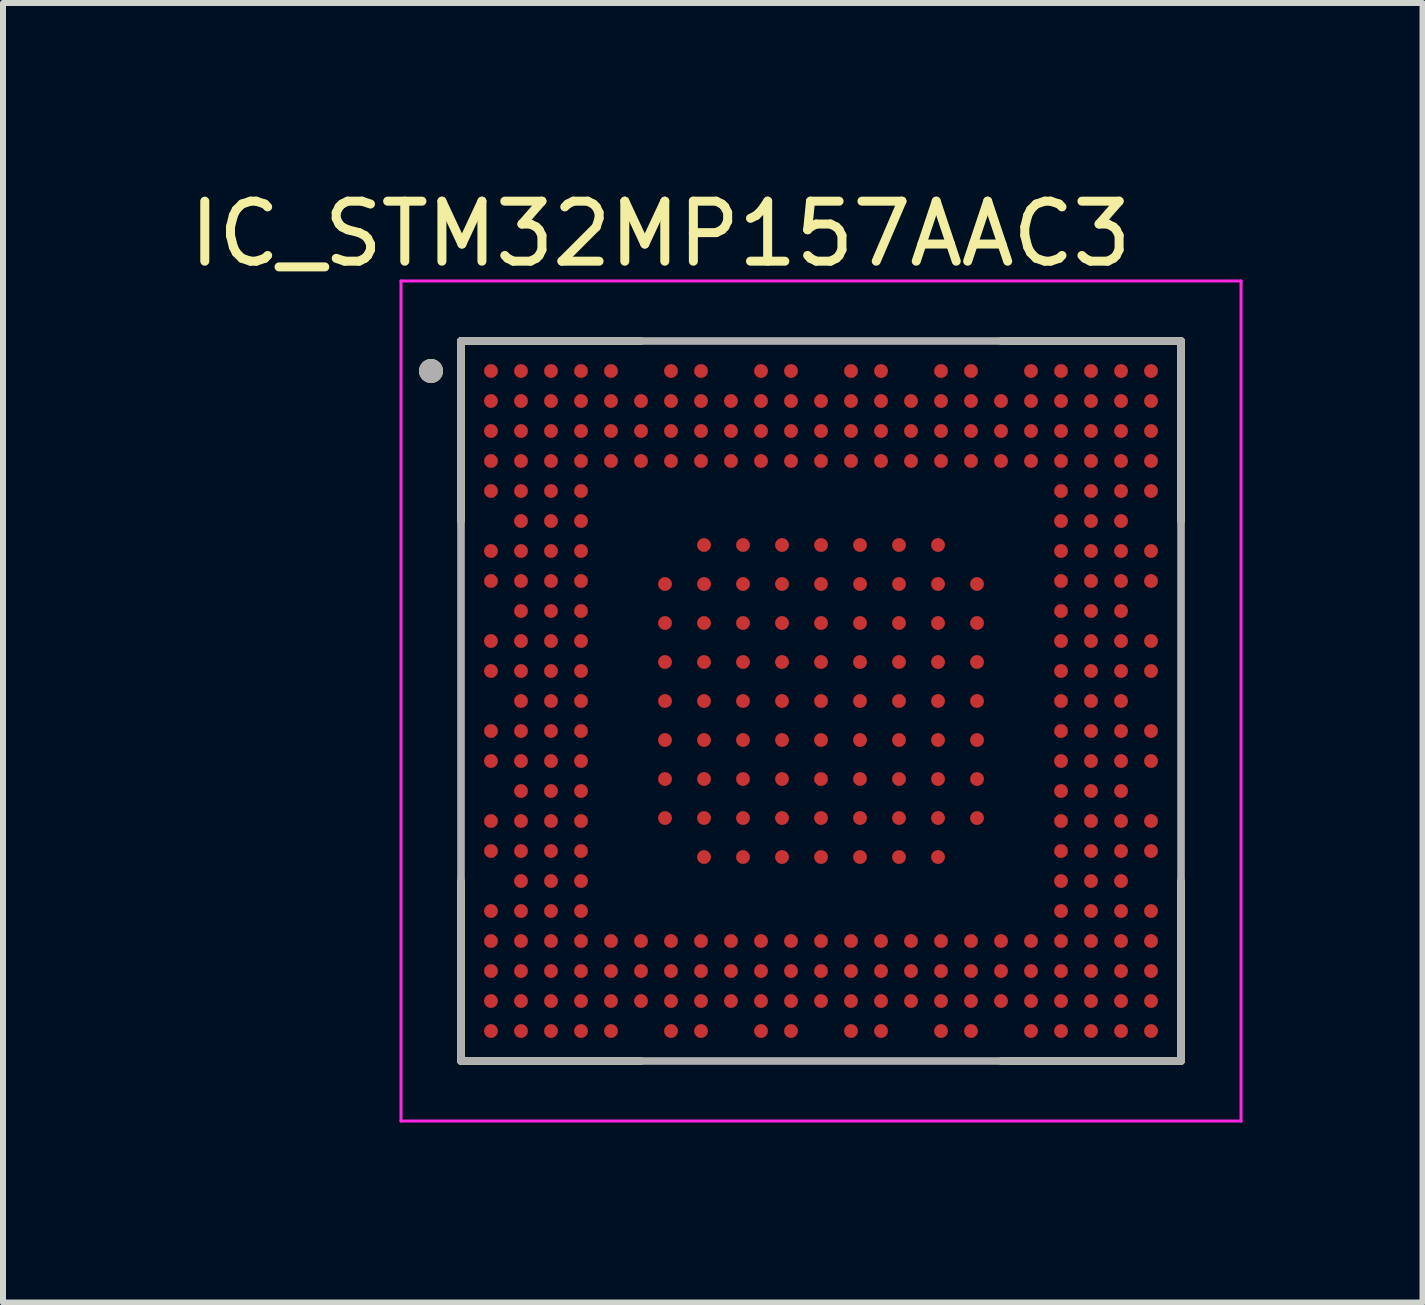
<source format=kicad_pcb>
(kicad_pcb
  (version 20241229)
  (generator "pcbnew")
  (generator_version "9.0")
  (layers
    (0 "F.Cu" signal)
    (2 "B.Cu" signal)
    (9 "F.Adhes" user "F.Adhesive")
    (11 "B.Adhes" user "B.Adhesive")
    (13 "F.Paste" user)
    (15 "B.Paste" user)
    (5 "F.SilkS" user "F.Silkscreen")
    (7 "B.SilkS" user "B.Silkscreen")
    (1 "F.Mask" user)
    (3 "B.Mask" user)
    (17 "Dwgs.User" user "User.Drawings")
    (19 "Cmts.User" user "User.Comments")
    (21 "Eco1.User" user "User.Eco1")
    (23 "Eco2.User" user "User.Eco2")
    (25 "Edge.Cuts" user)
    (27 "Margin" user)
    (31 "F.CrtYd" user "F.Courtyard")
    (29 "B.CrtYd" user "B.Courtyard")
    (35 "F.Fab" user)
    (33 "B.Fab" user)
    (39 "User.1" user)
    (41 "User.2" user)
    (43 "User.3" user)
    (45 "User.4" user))
  (footprint "IC_STM32MP157AAC3"
    (layer "F.Cu")
    (at 10.633 8.633)
    (property "Reference" "IC_STM32MP157AAC3" (at -2.675 -7.785 0) (layer "F.SilkS") (effects (font (size 1 1) (thickness 0.15))))
    (attr smd)
    (fp_circle (center -5.5 -5.5) (end -5.402 -5.5) (stroke (width 0.195) (type solid)) (fill no) (layer "F.Mask"))
    (fp_circle (center -5.5 -5) (end -5.402 -5) (stroke (width 0.195) (type solid)) (fill no) (layer "F.Mask"))
    (fp_circle (center -5.5 -4.5) (end -5.402 -4.5) (stroke (width 0.195) (type solid)) (fill no) (layer "F.Mask"))
    (fp_circle (center -5.5 -4) (end -5.402 -4) (stroke (width 0.195) (type solid)) (fill no) (layer "F.Mask"))
    (fp_circle (center -5.5 -3.5) (end -5.402 -3.5) (stroke (width 0.195) (type solid)) (fill no) (layer "F.Mask"))
    (fp_circle (center -5.5 -2.5) (end -5.402 -2.5) (stroke (width 0.195) (type solid)) (fill no) (layer "F.Mask"))
    (fp_circle (center -5.5 -2) (end -5.402 -2) (stroke (width 0.195) (type solid)) (fill no) (layer "F.Mask"))
    (fp_circle (center -5.5 -1) (end -5.402 -1) (stroke (width 0.195) (type solid)) (fill no) (layer "F.Mask"))
    (fp_circle (center -5.5 -0.5) (end -5.402 -0.5) (stroke (width 0.195) (type solid)) (fill no) (layer "F.Mask"))
    (fp_circle (center -5.5 0.5) (end -5.402 0.5) (stroke (width 0.195) (type solid)) (fill no) (layer "F.Mask"))
    (fp_circle (center -5.5 1) (end -5.402 1) (stroke (width 0.195) (type solid)) (fill no) (layer "F.Mask"))
    (fp_circle (center -5.5 2) (end -5.402 2) (stroke (width 0.195) (type solid)) (fill no) (layer "F.Mask"))
    (fp_circle (center -5.5 2.5) (end -5.402 2.5) (stroke (width 0.195) (type solid)) (fill no) (layer "F.Mask"))
    (fp_circle (center -5.5 3.5) (end -5.402 3.5) (stroke (width 0.195) (type solid)) (fill no) (layer "F.Mask"))
    (fp_circle (center -5.5 4) (end -5.402 4) (stroke (width 0.195) (type solid)) (fill no) (layer "F.Mask"))
    (fp_circle (center -5.5 4.5) (end -5.402 4.5) (stroke (width 0.195) (type solid)) (fill no) (layer "F.Mask"))
    (fp_circle (center -5.5 5) (end -5.402 5) (stroke (width 0.195) (type solid)) (fill no) (layer "F.Mask"))
    (fp_circle (center -5.5 5.5) (end -5.402 5.5) (stroke (width 0.195) (type solid)) (fill no) (layer "F.Mask"))
    (fp_circle (center -5 -5.5) (end -4.902 -5.5) (stroke (width 0.195) (type solid)) (fill no) (layer "F.Mask"))
    (fp_circle (center -5 -5) (end -4.902 -5) (stroke (width 0.195) (type solid)) (fill no) (layer "F.Mask"))
    (fp_circle (center -5 -4.5) (end -4.902 -4.5) (stroke (width 0.195) (type solid)) (fill no) (layer "F.Mask"))
    (fp_circle (center -5 -4) (end -4.902 -4) (stroke (width 0.195) (type solid)) (fill no) (layer "F.Mask"))
    (fp_circle (center -5 -3.5) (end -4.902 -3.5) (stroke (width 0.195) (type solid)) (fill no) (layer "F.Mask"))
    (fp_circle (center -5 -3) (end -4.902 -3) (stroke (width 0.195) (type solid)) (fill no) (layer "F.Mask"))
    (fp_circle (center -5 -2.5) (end -4.902 -2.5) (stroke (width 0.195) (type solid)) (fill no) (layer "F.Mask"))
    (fp_circle (center -5 -2) (end -4.902 -2) (stroke (width 0.195) (type solid)) (fill no) (layer "F.Mask"))
    (fp_circle (center -5 -1.5) (end -4.902 -1.5) (stroke (width 0.195) (type solid)) (fill no) (layer "F.Mask"))
    (fp_circle (center -5 -1) (end -4.902 -1) (stroke (width 0.195) (type solid)) (fill no) (layer "F.Mask"))
    (fp_circle (center -5 -0.5) (end -4.902 -0.5) (stroke (width 0.195) (type solid)) (fill no) (layer "F.Mask"))
    (fp_circle (center -5 0) (end -4.902 0) (stroke (width 0.195) (type solid)) (fill no) (layer "F.Mask"))
    (fp_circle (center -5 0.5) (end -4.902 0.5) (stroke (width 0.195) (type solid)) (fill no) (layer "F.Mask"))
    (fp_circle (center -5 1) (end -4.902 1) (stroke (width 0.195) (type solid)) (fill no) (layer "F.Mask"))
    (fp_circle (center -5 1.5) (end -4.902 1.5) (stroke (width 0.195) (type solid)) (fill no) (layer "F.Mask"))
    (fp_circle (center -5 2) (end -4.902 2) (stroke (width 0.195) (type solid)) (fill no) (layer "F.Mask"))
    (fp_circle (center -5 2.5) (end -4.902 2.5) (stroke (width 0.195) (type solid)) (fill no) (layer "F.Mask"))
    (fp_circle (center -5 3) (end -4.902 3) (stroke (width 0.195) (type solid)) (fill no) (layer "F.Mask"))
    (fp_circle (center -5 3.5) (end -4.902 3.5) (stroke (width 0.195) (type solid)) (fill no) (layer "F.Mask"))
    (fp_circle (center -5 4) (end -4.902 4) (stroke (width 0.195) (type solid)) (fill no) (layer "F.Mask"))
    (fp_circle (center -5 4.5) (end -4.902 4.5) (stroke (width 0.195) (type solid)) (fill no) (layer "F.Mask"))
    (fp_circle (center -5 5) (end -4.902 5) (stroke (width 0.195) (type solid)) (fill no) (layer "F.Mask"))
    (fp_circle (center -5 5.5) (end -4.902 5.5) (stroke (width 0.195) (type solid)) (fill no) (layer "F.Mask"))
    (fp_circle (center -4.5 -5.5) (end -4.402 -5.5) (stroke (width 0.195) (type solid)) (fill no) (layer "F.Mask"))
    (fp_circle (center -4.5 -5) (end -4.402 -5) (stroke (width 0.195) (type solid)) (fill no) (layer "F.Mask"))
    (fp_circle (center -4.5 -4.5) (end -4.402 -4.5) (stroke (width 0.195) (type solid)) (fill no) (layer "F.Mask"))
    (fp_circle (center -4.5 -4) (end -4.402 -4) (stroke (width 0.195) (type solid)) (fill no) (layer "F.Mask"))
    (fp_circle (center -4.5 -3.5) (end -4.402 -3.5) (stroke (width 0.195) (type solid)) (fill no) (layer "F.Mask"))
    (fp_circle (center -4.5 -3) (end -4.402 -3) (stroke (width 0.195) (type solid)) (fill no) (layer "F.Mask"))
    (fp_circle (center -4.5 -2.5) (end -4.402 -2.5) (stroke (width 0.195) (type solid)) (fill no) (layer "F.Mask"))
    (fp_circle (center -4.5 -2) (end -4.402 -2) (stroke (width 0.195) (type solid)) (fill no) (layer "F.Mask"))
    (fp_circle (center -4.5 -1.5) (end -4.402 -1.5) (stroke (width 0.195) (type solid)) (fill no) (layer "F.Mask"))
    (fp_circle (center -4.5 -1) (end -4.402 -1) (stroke (width 0.195) (type solid)) (fill no) (layer "F.Mask"))
    (fp_circle (center -4.5 -0.5) (end -4.402 -0.5) (stroke (width 0.195) (type solid)) (fill no) (layer "F.Mask"))
    (fp_circle (center -4.5 0) (end -4.402 0) (stroke (width 0.195) (type solid)) (fill no) (layer "F.Mask"))
    (fp_circle (center -4.5 0.5) (end -4.402 0.5) (stroke (width 0.195) (type solid)) (fill no) (layer "F.Mask"))
    (fp_circle (center -4.5 1) (end -4.402 1) (stroke (width 0.195) (type solid)) (fill no) (layer "F.Mask"))
    (fp_circle (center -4.5 1.5) (end -4.402 1.5) (stroke (width 0.195) (type solid)) (fill no) (layer "F.Mask"))
    (fp_circle (center -4.5 2) (end -4.402 2) (stroke (width 0.195) (type solid)) (fill no) (layer "F.Mask"))
    (fp_circle (center -4.5 2.5) (end -4.402 2.5) (stroke (width 0.195) (type solid)) (fill no) (layer "F.Mask"))
    (fp_circle (center -4.5 3) (end -4.402 3) (stroke (width 0.195) (type solid)) (fill no) (layer "F.Mask"))
    (fp_circle (center -4.5 3.5) (end -4.402 3.5) (stroke (width 0.195) (type solid)) (fill no) (layer "F.Mask"))
    (fp_circle (center -4.5 4) (end -4.402 4) (stroke (width 0.195) (type solid)) (fill no) (layer "F.Mask"))
    (fp_circle (center -4.5 4.5) (end -4.402 4.5) (stroke (width 0.195) (type solid)) (fill no) (layer "F.Mask"))
    (fp_circle (center -4.5 5) (end -4.402 5) (stroke (width 0.195) (type solid)) (fill no) (layer "F.Mask"))
    (fp_circle (center -4.5 5.5) (end -4.402 5.5) (stroke (width 0.195) (type solid)) (fill no) (layer "F.Mask"))
    (fp_circle (center -4 -5.5) (end -3.902 -5.5) (stroke (width 0.195) (type solid)) (fill no) (layer "F.Mask"))
    (fp_circle (center -4 -5) (end -3.902 -5) (stroke (width 0.195) (type solid)) (fill no) (layer "F.Mask"))
    (fp_circle (center -4 -4.5) (end -3.902 -4.5) (stroke (width 0.195) (type solid)) (fill no) (layer "F.Mask"))
    (fp_circle (center -4 -4) (end -3.902 -4) (stroke (width 0.195) (type solid)) (fill no) (layer "F.Mask"))
    (fp_circle (center -4 -3.5) (end -3.902 -3.5) (stroke (width 0.195) (type solid)) (fill no) (layer "F.Mask"))
    (fp_circle (center -4 -3) (end -3.902 -3) (stroke (width 0.195) (type solid)) (fill no) (layer "F.Mask"))
    (fp_circle (center -4 -2.5) (end -3.902 -2.5) (stroke (width 0.195) (type solid)) (fill no) (layer "F.Mask"))
    (fp_circle (center -4 -2) (end -3.902 -2) (stroke (width 0.195) (type solid)) (fill no) (layer "F.Mask"))
    (fp_circle (center -4 -1.5) (end -3.902 -1.5) (stroke (width 0.195) (type solid)) (fill no) (layer "F.Mask"))
    (fp_circle (center -4 -1) (end -3.902 -1) (stroke (width 0.195) (type solid)) (fill no) (layer "F.Mask"))
    (fp_circle (center -4 -0.5) (end -3.902 -0.5) (stroke (width 0.195) (type solid)) (fill no) (layer "F.Mask"))
    (fp_circle (center -4 0) (end -3.902 0) (stroke (width 0.195) (type solid)) (fill no) (layer "F.Mask"))
    (fp_circle (center -4 0.5) (end -3.902 0.5) (stroke (width 0.195) (type solid)) (fill no) (layer "F.Mask"))
    (fp_circle (center -4 1) (end -3.902 1) (stroke (width 0.195) (type solid)) (fill no) (layer "F.Mask"))
    (fp_circle (center -4 1.5) (end -3.902 1.5) (stroke (width 0.195) (type solid)) (fill no) (layer "F.Mask"))
    (fp_circle (center -4 2) (end -3.902 2) (stroke (width 0.195) (type solid)) (fill no) (layer "F.Mask"))
    (fp_circle (center -4 2.5) (end -3.902 2.5) (stroke (width 0.195) (type solid)) (fill no) (layer "F.Mask"))
    (fp_circle (center -4 3) (end -3.902 3) (stroke (width 0.195) (type solid)) (fill no) (layer "F.Mask"))
    (fp_circle (center -4 3.5) (end -3.902 3.5) (stroke (width 0.195) (type solid)) (fill no) (layer "F.Mask"))
    (fp_circle (center -4 4) (end -3.902 4) (stroke (width 0.195) (type solid)) (fill no) (layer "F.Mask"))
    (fp_circle (center -4 4.5) (end -3.902 4.5) (stroke (width 0.195) (type solid)) (fill no) (layer "F.Mask"))
    (fp_circle (center -4 5) (end -3.902 5) (stroke (width 0.195) (type solid)) (fill no) (layer "F.Mask"))
    (fp_circle (center -4 5.5) (end -3.902 5.5) (stroke (width 0.195) (type solid)) (fill no) (layer "F.Mask"))
    (fp_circle (center -3.5 -5.5) (end -3.402 -5.5) (stroke (width 0.195) (type solid)) (fill no) (layer "F.Mask"))
    (fp_circle (center -3.5 -5) (end -3.402 -5) (stroke (width 0.195) (type solid)) (fill no) (layer "F.Mask"))
    (fp_circle (center -3.5 -4.5) (end -3.402 -4.5) (stroke (width 0.195) (type solid)) (fill no) (layer "F.Mask"))
    (fp_circle (center -3.5 -4) (end -3.402 -4) (stroke (width 0.195) (type solid)) (fill no) (layer "F.Mask"))
    (fp_circle (center -3.5 4) (end -3.402 4) (stroke (width 0.195) (type solid)) (fill no) (layer "F.Mask"))
    (fp_circle (center -3.5 4.5) (end -3.402 4.5) (stroke (width 0.195) (type solid)) (fill no) (layer "F.Mask"))
    (fp_circle (center -3.5 5) (end -3.402 5) (stroke (width 0.195) (type solid)) (fill no) (layer "F.Mask"))
    (fp_circle (center -3.5 5.5) (end -3.402 5.5) (stroke (width 0.195) (type solid)) (fill no) (layer "F.Mask"))
    (fp_circle (center -3 -5) (end -2.902 -5) (stroke (width 0.195) (type solid)) (fill no) (layer "F.Mask"))
    (fp_circle (center -3 -4.5) (end -2.902 -4.5) (stroke (width 0.195) (type solid)) (fill no) (layer "F.Mask"))
    (fp_circle (center -3 -4) (end -2.902 -4) (stroke (width 0.195) (type solid)) (fill no) (layer "F.Mask"))
    (fp_circle (center -3 4) (end -2.902 4) (stroke (width 0.195) (type solid)) (fill no) (layer "F.Mask"))
    (fp_circle (center -3 4.5) (end -2.902 4.5) (stroke (width 0.195) (type solid)) (fill no) (layer "F.Mask"))
    (fp_circle (center -3 5) (end -2.902 5) (stroke (width 0.195) (type solid)) (fill no) (layer "F.Mask"))
    (fp_circle (center -2.6 -1.95) (end -2.502 -1.95) (stroke (width 0.195) (type solid)) (fill no) (layer "F.Mask"))
    (fp_circle (center -2.6 -1.3) (end -2.502 -1.3) (stroke (width 0.195) (type solid)) (fill no) (layer "F.Mask"))
    (fp_circle (center -2.6 -0.65) (end -2.502 -0.65) (stroke (width 0.195) (type solid)) (fill no) (layer "F.Mask"))
    (fp_circle (center -2.6 0) (end -2.502 0) (stroke (width 0.195) (type solid)) (fill no) (layer "F.Mask"))
    (fp_circle (center -2.6 0.65) (end -2.502 0.65) (stroke (width 0.195) (type solid)) (fill no) (layer "F.Mask"))
    (fp_circle (center -2.6 1.3) (end -2.502 1.3) (stroke (width 0.195) (type solid)) (fill no) (layer "F.Mask"))
    (fp_circle (center -2.6 1.95) (end -2.502 1.95) (stroke (width 0.195) (type solid)) (fill no) (layer "F.Mask"))
    (fp_circle (center -2.5 -5.5) (end -2.402 -5.5) (stroke (width 0.195) (type solid)) (fill no) (layer "F.Mask"))
    (fp_circle (center -2.5 -5) (end -2.402 -5) (stroke (width 0.195) (type solid)) (fill no) (layer "F.Mask"))
    (fp_circle (center -2.5 -4.5) (end -2.402 -4.5) (stroke (width 0.195) (type solid)) (fill no) (layer "F.Mask"))
    (fp_circle (center -2.5 -4) (end -2.402 -4) (stroke (width 0.195) (type solid)) (fill no) (layer "F.Mask"))
    (fp_circle (center -2.5 4) (end -2.402 4) (stroke (width 0.195) (type solid)) (fill no) (layer "F.Mask"))
    (fp_circle (center -2.5 4.5) (end -2.402 4.5) (stroke (width 0.195) (type solid)) (fill no) (layer "F.Mask"))
    (fp_circle (center -2.5 5) (end -2.402 5) (stroke (width 0.195) (type solid)) (fill no) (layer "F.Mask"))
    (fp_circle (center -2.5 5.5) (end -2.402 5.5) (stroke (width 0.195) (type solid)) (fill no) (layer "F.Mask"))
    (fp_circle (center -2 -5.5) (end -1.903 -5.5) (stroke (width 0.195) (type solid)) (fill no) (layer "F.Mask"))
    (fp_circle (center -2 -5) (end -1.903 -5) (stroke (width 0.195) (type solid)) (fill no) (layer "F.Mask"))
    (fp_circle (center -2 -4.5) (end -1.903 -4.5) (stroke (width 0.195) (type solid)) (fill no) (layer "F.Mask"))
    (fp_circle (center -2 -4) (end -1.903 -4) (stroke (width 0.195) (type solid)) (fill no) (layer "F.Mask"))
    (fp_circle (center -2 4) (end -1.903 4) (stroke (width 0.195) (type solid)) (fill no) (layer "F.Mask"))
    (fp_circle (center -2 4.5) (end -1.903 4.5) (stroke (width 0.195) (type solid)) (fill no) (layer "F.Mask"))
    (fp_circle (center -2 5) (end -1.903 5) (stroke (width 0.195) (type solid)) (fill no) (layer "F.Mask"))
    (fp_circle (center -2 5.5) (end -1.903 5.5) (stroke (width 0.195) (type solid)) (fill no) (layer "F.Mask"))
    (fp_circle (center -1.95 -2.6) (end -1.853 -2.6) (stroke (width 0.195) (type solid)) (fill no) (layer "F.Mask"))
    (fp_circle (center -1.95 -1.95) (end -1.853 -1.95) (stroke (width 0.195) (type solid)) (fill no) (layer "F.Mask"))
    (fp_circle (center -1.95 -1.3) (end -1.853 -1.3) (stroke (width 0.195) (type solid)) (fill no) (layer "F.Mask"))
    (fp_circle (center -1.95 -0.65) (end -1.853 -0.65) (stroke (width 0.195) (type solid)) (fill no) (layer "F.Mask"))
    (fp_circle (center -1.95 0) (end -1.853 0) (stroke (width 0.195) (type solid)) (fill no) (layer "F.Mask"))
    (fp_circle (center -1.95 0.65) (end -1.853 0.65) (stroke (width 0.195) (type solid)) (fill no) (layer "F.Mask"))
    (fp_circle (center -1.95 1.3) (end -1.853 1.3) (stroke (width 0.195) (type solid)) (fill no) (layer "F.Mask"))
    (fp_circle (center -1.95 1.95) (end -1.853 1.95) (stroke (width 0.195) (type solid)) (fill no) (layer "F.Mask"))
    (fp_circle (center -1.95 2.6) (end -1.853 2.6) (stroke (width 0.195) (type solid)) (fill no) (layer "F.Mask"))
    (fp_circle (center -1.5 -5) (end -1.403 -5) (stroke (width 0.195) (type solid)) (fill no) (layer "F.Mask"))
    (fp_circle (center -1.5 -4.5) (end -1.403 -4.5) (stroke (width 0.195) (type solid)) (fill no) (layer "F.Mask"))
    (fp_circle (center -1.5 -4) (end -1.403 -4) (stroke (width 0.195) (type solid)) (fill no) (layer "F.Mask"))
    (fp_circle (center -1.5 4) (end -1.403 4) (stroke (width 0.195) (type solid)) (fill no) (layer "F.Mask"))
    (fp_circle (center -1.5 4.5) (end -1.403 4.5) (stroke (width 0.195) (type solid)) (fill no) (layer "F.Mask"))
    (fp_circle (center -1.5 5) (end -1.403 5) (stroke (width 0.195) (type solid)) (fill no) (layer "F.Mask"))
    (fp_circle (center -1.3 -2.6) (end -1.202 -2.6) (stroke (width 0.195) (type solid)) (fill no) (layer "F.Mask"))
    (fp_circle (center -1.3 -1.95) (end -1.202 -1.95) (stroke (width 0.195) (type solid)) (fill no) (layer "F.Mask"))
    (fp_circle (center -1.3 -1.3) (end -1.202 -1.3) (stroke (width 0.195) (type solid)) (fill no) (layer "F.Mask"))
    (fp_circle (center -1.3 -0.65) (end -1.202 -0.65) (stroke (width 0.195) (type solid)) (fill no) (layer "F.Mask"))
    (fp_circle (center -1.3 0) (end -1.202 0) (stroke (width 0.195) (type solid)) (fill no) (layer "F.Mask"))
    (fp_circle (center -1.3 0.65) (end -1.202 0.65) (stroke (width 0.195) (type solid)) (fill no) (layer "F.Mask"))
    (fp_circle (center -1.3 1.3) (end -1.202 1.3) (stroke (width 0.195) (type solid)) (fill no) (layer "F.Mask"))
    (fp_circle (center -1.3 1.95) (end -1.202 1.95) (stroke (width 0.195) (type solid)) (fill no) (layer "F.Mask"))
    (fp_circle (center -1.3 2.6) (end -1.202 2.6) (stroke (width 0.195) (type solid)) (fill no) (layer "F.Mask"))
    (fp_circle (center -1 -5.5) (end -0.902 -5.5) (stroke (width 0.195) (type solid)) (fill no) (layer "F.Mask"))
    (fp_circle (center -1 -5) (end -0.902 -5) (stroke (width 0.195) (type solid)) (fill no) (layer "F.Mask"))
    (fp_circle (center -1 -4.5) (end -0.902 -4.5) (stroke (width 0.195) (type solid)) (fill no) (layer "F.Mask"))
    (fp_circle (center -1 -4) (end -0.902 -4) (stroke (width 0.195) (type solid)) (fill no) (layer "F.Mask"))
    (fp_circle (center -1 4) (end -0.902 4) (stroke (width 0.195) (type solid)) (fill no) (layer "F.Mask"))
    (fp_circle (center -1 4.5) (end -0.902 4.5) (stroke (width 0.195) (type solid)) (fill no) (layer "F.Mask"))
    (fp_circle (center -1 5) (end -0.902 5) (stroke (width 0.195) (type solid)) (fill no) (layer "F.Mask"))
    (fp_circle (center -1 5.5) (end -0.902 5.5) (stroke (width 0.195) (type solid)) (fill no) (layer "F.Mask"))
    (fp_circle (center -0.65 -2.6) (end -0.552 -2.6) (stroke (width 0.195) (type solid)) (fill no) (layer "F.Mask"))
    (fp_circle (center -0.65 -1.95) (end -0.552 -1.95) (stroke (width 0.195) (type solid)) (fill no) (layer "F.Mask"))
    (fp_circle (center -0.65 -1.3) (end -0.552 -1.3) (stroke (width 0.195) (type solid)) (fill no) (layer "F.Mask"))
    (fp_circle (center -0.65 -0.65) (end -0.552 -0.65) (stroke (width 0.195) (type solid)) (fill no) (layer "F.Mask"))
    (fp_circle (center -0.65 0) (end -0.552 0) (stroke (width 0.195) (type solid)) (fill no) (layer "F.Mask"))
    (fp_circle (center -0.65 0.65) (end -0.552 0.65) (stroke (width 0.195) (type solid)) (fill no) (layer "F.Mask"))
    (fp_circle (center -0.65 1.3) (end -0.552 1.3) (stroke (width 0.195) (type solid)) (fill no) (layer "F.Mask"))
    (fp_circle (center -0.65 1.95) (end -0.552 1.95) (stroke (width 0.195) (type solid)) (fill no) (layer "F.Mask"))
    (fp_circle (center -0.65 2.6) (end -0.552 2.6) (stroke (width 0.195) (type solid)) (fill no) (layer "F.Mask"))
    (fp_circle (center -0.5 -5.5) (end -0.403 -5.5) (stroke (width 0.195) (type solid)) (fill no) (layer "F.Mask"))
    (fp_circle (center -0.5 -5) (end -0.403 -5) (stroke (width 0.195) (type solid)) (fill no) (layer "F.Mask"))
    (fp_circle (center -0.5 -4.5) (end -0.403 -4.5) (stroke (width 0.195) (type solid)) (fill no) (layer "F.Mask"))
    (fp_circle (center -0.5 -4) (end -0.403 -4) (stroke (width 0.195) (type solid)) (fill no) (layer "F.Mask"))
    (fp_circle (center -0.5 4) (end -0.403 4) (stroke (width 0.195) (type solid)) (fill no) (layer "F.Mask"))
    (fp_circle (center -0.5 4.5) (end -0.403 4.5) (stroke (width 0.195) (type solid)) (fill no) (layer "F.Mask"))
    (fp_circle (center -0.5 5) (end -0.403 5) (stroke (width 0.195) (type solid)) (fill no) (layer "F.Mask"))
    (fp_circle (center -0.5 5.5) (end -0.403 5.5) (stroke (width 0.195) (type solid)) (fill no) (layer "F.Mask"))
    (fp_circle (center 0 -5) (end 0.098 -5) (stroke (width 0.195) (type solid)) (fill no) (layer "F.Mask"))
    (fp_circle (center 0 -4.5) (end 0.098 -4.5) (stroke (width 0.195) (type solid)) (fill no) (layer "F.Mask"))
    (fp_circle (center 0 -4) (end 0.098 -4) (stroke (width 0.195) (type solid)) (fill no) (layer "F.Mask"))
    (fp_circle (center 0 -2.6) (end 0.098 -2.6) (stroke (width 0.195) (type solid)) (fill no) (layer "F.Mask"))
    (fp_circle (center 0 -1.95) (end 0.098 -1.95) (stroke (width 0.195) (type solid)) (fill no) (layer "F.Mask"))
    (fp_circle (center 0 -1.3) (end 0.098 -1.3) (stroke (width 0.195) (type solid)) (fill no) (layer "F.Mask"))
    (fp_circle (center 0 -0.65) (end 0.098 -0.65) (stroke (width 0.195) (type solid)) (fill no) (layer "F.Mask"))
    (fp_circle (center 0 0) (end 0.098 0) (stroke (width 0.195) (type solid)) (fill no) (layer "F.Mask"))
    (fp_circle (center 0 0.65) (end 0.098 0.65) (stroke (width 0.195) (type solid)) (fill no) (layer "F.Mask"))
    (fp_circle (center 0 1.3) (end 0.098 1.3) (stroke (width 0.195) (type solid)) (fill no) (layer "F.Mask"))
    (fp_circle (center 0 1.95) (end 0.098 1.95) (stroke (width 0.195) (type solid)) (fill no) (layer "F.Mask"))
    (fp_circle (center 0 2.6) (end 0.098 2.6) (stroke (width 0.195) (type solid)) (fill no) (layer "F.Mask"))
    (fp_circle (center 0 4) (end 0.098 4) (stroke (width 0.195) (type solid)) (fill no) (layer "F.Mask"))
    (fp_circle (center 0 4.5) (end 0.098 4.5) (stroke (width 0.195) (type solid)) (fill no) (layer "F.Mask"))
    (fp_circle (center 0 5) (end 0.098 5) (stroke (width 0.195) (type solid)) (fill no) (layer "F.Mask"))
    (fp_circle (center 0.5 -5.5) (end 0.598 -5.5) (stroke (width 0.195) (type solid)) (fill no) (layer "F.Mask"))
    (fp_circle (center 0.5 -5) (end 0.598 -5) (stroke (width 0.195) (type solid)) (fill no) (layer "F.Mask"))
    (fp_circle (center 0.5 -4.5) (end 0.598 -4.5) (stroke (width 0.195) (type solid)) (fill no) (layer "F.Mask"))
    (fp_circle (center 0.5 -4) (end 0.598 -4) (stroke (width 0.195) (type solid)) (fill no) (layer "F.Mask"))
    (fp_circle (center 0.5 4) (end 0.598 4) (stroke (width 0.195) (type solid)) (fill no) (layer "F.Mask"))
    (fp_circle (center 0.5 4.5) (end 0.598 4.5) (stroke (width 0.195) (type solid)) (fill no) (layer "F.Mask"))
    (fp_circle (center 0.5 5) (end 0.598 5) (stroke (width 0.195) (type solid)) (fill no) (layer "F.Mask"))
    (fp_circle (center 0.5 5.5) (end 0.598 5.5) (stroke (width 0.195) (type solid)) (fill no) (layer "F.Mask"))
    (fp_circle (center 0.65 -2.6) (end 0.748 -2.6) (stroke (width 0.195) (type solid)) (fill no) (layer "F.Mask"))
    (fp_circle (center 0.65 -1.95) (end 0.748 -1.95) (stroke (width 0.195) (type solid)) (fill no) (layer "F.Mask"))
    (fp_circle (center 0.65 -1.3) (end 0.748 -1.3) (stroke (width 0.195) (type solid)) (fill no) (layer "F.Mask"))
    (fp_circle (center 0.65 -0.65) (end 0.748 -0.65) (stroke (width 0.195) (type solid)) (fill no) (layer "F.Mask"))
    (fp_circle (center 0.65 0) (end 0.748 0) (stroke (width 0.195) (type solid)) (fill no) (layer "F.Mask"))
    (fp_circle (center 0.65 0.65) (end 0.748 0.65) (stroke (width 0.195) (type solid)) (fill no) (layer "F.Mask"))
    (fp_circle (center 0.65 1.3) (end 0.748 1.3) (stroke (width 0.195) (type solid)) (fill no) (layer "F.Mask"))
    (fp_circle (center 0.65 1.95) (end 0.748 1.95) (stroke (width 0.195) (type solid)) (fill no) (layer "F.Mask"))
    (fp_circle (center 0.65 2.6) (end 0.748 2.6) (stroke (width 0.195) (type solid)) (fill no) (layer "F.Mask"))
    (fp_circle (center 1 -5.5) (end 1.097 -5.5) (stroke (width 0.195) (type solid)) (fill no) (layer "F.Mask"))
    (fp_circle (center 1 -5) (end 1.097 -5) (stroke (width 0.195) (type solid)) (fill no) (layer "F.Mask"))
    (fp_circle (center 1 -4.5) (end 1.097 -4.5) (stroke (width 0.195) (type solid)) (fill no) (layer "F.Mask"))
    (fp_circle (center 1 -4) (end 1.097 -4) (stroke (width 0.195) (type solid)) (fill no) (layer "F.Mask"))
    (fp_circle (center 1 4) (end 1.097 4) (stroke (width 0.195) (type solid)) (fill no) (layer "F.Mask"))
    (fp_circle (center 1 4.5) (end 1.097 4.5) (stroke (width 0.195) (type solid)) (fill no) (layer "F.Mask"))
    (fp_circle (center 1 5) (end 1.097 5) (stroke (width 0.195) (type solid)) (fill no) (layer "F.Mask"))
    (fp_circle (center 1 5.5) (end 1.097 5.5) (stroke (width 0.195) (type solid)) (fill no) (layer "F.Mask"))
    (fp_circle (center 1.3 -2.6) (end 1.397 -2.6) (stroke (width 0.195) (type solid)) (fill no) (layer "F.Mask"))
    (fp_circle (center 1.3 -1.95) (end 1.397 -1.95) (stroke (width 0.195) (type solid)) (fill no) (layer "F.Mask"))
    (fp_circle (center 1.3 -1.3) (end 1.397 -1.3) (stroke (width 0.195) (type solid)) (fill no) (layer "F.Mask"))
    (fp_circle (center 1.3 -0.65) (end 1.397 -0.65) (stroke (width 0.195) (type solid)) (fill no) (layer "F.Mask"))
    (fp_circle (center 1.3 0) (end 1.397 0) (stroke (width 0.195) (type solid)) (fill no) (layer "F.Mask"))
    (fp_circle (center 1.3 0.65) (end 1.397 0.65) (stroke (width 0.195) (type solid)) (fill no) (layer "F.Mask"))
    (fp_circle (center 1.3 1.3) (end 1.397 1.3) (stroke (width 0.195) (type solid)) (fill no) (layer "F.Mask"))
    (fp_circle (center 1.3 1.95) (end 1.397 1.95) (stroke (width 0.195) (type solid)) (fill no) (layer "F.Mask"))
    (fp_circle (center 1.3 2.6) (end 1.397 2.6) (stroke (width 0.195) (type solid)) (fill no) (layer "F.Mask"))
    (fp_circle (center 1.5 -5) (end 1.597 -5) (stroke (width 0.195) (type solid)) (fill no) (layer "F.Mask"))
    (fp_circle (center 1.5 -4.5) (end 1.597 -4.5) (stroke (width 0.195) (type solid)) (fill no) (layer "F.Mask"))
    (fp_circle (center 1.5 -4) (end 1.597 -4) (stroke (width 0.195) (type solid)) (fill no) (layer "F.Mask"))
    (fp_circle (center 1.5 4) (end 1.597 4) (stroke (width 0.195) (type solid)) (fill no) (layer "F.Mask"))
    (fp_circle (center 1.5 4.5) (end 1.597 4.5) (stroke (width 0.195) (type solid)) (fill no) (layer "F.Mask"))
    (fp_circle (center 1.5 5) (end 1.597 5) (stroke (width 0.195) (type solid)) (fill no) (layer "F.Mask"))
    (fp_circle (center 1.95 -2.6) (end 2.047 -2.6) (stroke (width 0.195) (type solid)) (fill no) (layer "F.Mask"))
    (fp_circle (center 1.95 -1.95) (end 2.047 -1.95) (stroke (width 0.195) (type solid)) (fill no) (layer "F.Mask"))
    (fp_circle (center 1.95 -1.3) (end 2.047 -1.3) (stroke (width 0.195) (type solid)) (fill no) (layer "F.Mask"))
    (fp_circle (center 1.95 -0.65) (end 2.047 -0.65) (stroke (width 0.195) (type solid)) (fill no) (layer "F.Mask"))
    (fp_circle (center 1.95 0) (end 2.047 0) (stroke (width 0.195) (type solid)) (fill no) (layer "F.Mask"))
    (fp_circle (center 1.95 0.65) (end 2.047 0.65) (stroke (width 0.195) (type solid)) (fill no) (layer "F.Mask"))
    (fp_circle (center 1.95 1.3) (end 2.047 1.3) (stroke (width 0.195) (type solid)) (fill no) (layer "F.Mask"))
    (fp_circle (center 1.95 1.95) (end 2.047 1.95) (stroke (width 0.195) (type solid)) (fill no) (layer "F.Mask"))
    (fp_circle (center 1.95 2.6) (end 2.047 2.6) (stroke (width 0.195) (type solid)) (fill no) (layer "F.Mask"))
    (fp_circle (center 2 -5.5) (end 2.098 -5.5) (stroke (width 0.195) (type solid)) (fill no) (layer "F.Mask"))
    (fp_circle (center 2 -5) (end 2.098 -5) (stroke (width 0.195) (type solid)) (fill no) (layer "F.Mask"))
    (fp_circle (center 2 -4.5) (end 2.098 -4.5) (stroke (width 0.195) (type solid)) (fill no) (layer "F.Mask"))
    (fp_circle (center 2 -4) (end 2.098 -4) (stroke (width 0.195) (type solid)) (fill no) (layer "F.Mask"))
    (fp_circle (center 2 4) (end 2.098 4) (stroke (width 0.195) (type solid)) (fill no) (layer "F.Mask"))
    (fp_circle (center 2 4.5) (end 2.098 4.5) (stroke (width 0.195) (type solid)) (fill no) (layer "F.Mask"))
    (fp_circle (center 2 5) (end 2.098 5) (stroke (width 0.195) (type solid)) (fill no) (layer "F.Mask"))
    (fp_circle (center 2 5.5) (end 2.098 5.5) (stroke (width 0.195) (type solid)) (fill no) (layer "F.Mask"))
    (fp_circle (center 2.5 -5.5) (end 2.598 -5.5) (stroke (width 0.195) (type solid)) (fill no) (layer "F.Mask"))
    (fp_circle (center 2.5 -5) (end 2.598 -5) (stroke (width 0.195) (type solid)) (fill no) (layer "F.Mask"))
    (fp_circle (center 2.5 -4.5) (end 2.598 -4.5) (stroke (width 0.195) (type solid)) (fill no) (layer "F.Mask"))
    (fp_circle (center 2.5 -4) (end 2.598 -4) (stroke (width 0.195) (type solid)) (fill no) (layer "F.Mask"))
    (fp_circle (center 2.5 4) (end 2.598 4) (stroke (width 0.195) (type solid)) (fill no) (layer "F.Mask"))
    (fp_circle (center 2.5 4.5) (end 2.598 4.5) (stroke (width 0.195) (type solid)) (fill no) (layer "F.Mask"))
    (fp_circle (center 2.5 5) (end 2.598 5) (stroke (width 0.195) (type solid)) (fill no) (layer "F.Mask"))
    (fp_circle (center 2.5 5.5) (end 2.598 5.5) (stroke (width 0.195) (type solid)) (fill no) (layer "F.Mask"))
    (fp_circle (center 2.6 -1.95) (end 2.697 -1.95) (stroke (width 0.195) (type solid)) (fill no) (layer "F.Mask"))
    (fp_circle (center 2.6 -1.3) (end 2.697 -1.3) (stroke (width 0.195) (type solid)) (fill no) (layer "F.Mask"))
    (fp_circle (center 2.6 -0.65) (end 2.697 -0.65) (stroke (width 0.195) (type solid)) (fill no) (layer "F.Mask"))
    (fp_circle (center 2.6 0) (end 2.697 0) (stroke (width 0.195) (type solid)) (fill no) (layer "F.Mask"))
    (fp_circle (center 2.6 0.65) (end 2.697 0.65) (stroke (width 0.195) (type solid)) (fill no) (layer "F.Mask"))
    (fp_circle (center 2.6 1.3) (end 2.697 1.3) (stroke (width 0.195) (type solid)) (fill no) (layer "F.Mask"))
    (fp_circle (center 2.6 1.95) (end 2.697 1.95) (stroke (width 0.195) (type solid)) (fill no) (layer "F.Mask"))
    (fp_circle (center 3 -5) (end 3.098 -5) (stroke (width 0.195) (type solid)) (fill no) (layer "F.Mask"))
    (fp_circle (center 3 -4.5) (end 3.098 -4.5) (stroke (width 0.195) (type solid)) (fill no) (layer "F.Mask"))
    (fp_circle (center 3 -4) (end 3.098 -4) (stroke (width 0.195) (type solid)) (fill no) (layer "F.Mask"))
    (fp_circle (center 3 4) (end 3.098 4) (stroke (width 0.195) (type solid)) (fill no) (layer "F.Mask"))
    (fp_circle (center 3 4.5) (end 3.098 4.5) (stroke (width 0.195) (type solid)) (fill no) (layer "F.Mask"))
    (fp_circle (center 3 5) (end 3.098 5) (stroke (width 0.195) (type solid)) (fill no) (layer "F.Mask"))
    (fp_circle (center 3.5 -5.5) (end 3.598 -5.5) (stroke (width 0.195) (type solid)) (fill no) (layer "F.Mask"))
    (fp_circle (center 3.5 -5) (end 3.598 -5) (stroke (width 0.195) (type solid)) (fill no) (layer "F.Mask"))
    (fp_circle (center 3.5 -4.5) (end 3.598 -4.5) (stroke (width 0.195) (type solid)) (fill no) (layer "F.Mask"))
    (fp_circle (center 3.5 -4) (end 3.598 -4) (stroke (width 0.195) (type solid)) (fill no) (layer "F.Mask"))
    (fp_circle (center 3.5 4) (end 3.598 4) (stroke (width 0.195) (type solid)) (fill no) (layer "F.Mask"))
    (fp_circle (center 3.5 4.5) (end 3.598 4.5) (stroke (width 0.195) (type solid)) (fill no) (layer "F.Mask"))
    (fp_circle (center 3.5 5) (end 3.598 5) (stroke (width 0.195) (type solid)) (fill no) (layer "F.Mask"))
    (fp_circle (center 3.5 5.5) (end 3.598 5.5) (stroke (width 0.195) (type solid)) (fill no) (layer "F.Mask"))
    (fp_circle (center 4 -5.5) (end 4.098 -5.5) (stroke (width 0.195) (type solid)) (fill no) (layer "F.Mask"))
    (fp_circle (center 4 -5) (end 4.098 -5) (stroke (width 0.195) (type solid)) (fill no) (layer "F.Mask"))
    (fp_circle (center 4 -4.5) (end 4.098 -4.5) (stroke (width 0.195) (type solid)) (fill no) (layer "F.Mask"))
    (fp_circle (center 4 -4) (end 4.098 -4) (stroke (width 0.195) (type solid)) (fill no) (layer "F.Mask"))
    (fp_circle (center 4 -3.5) (end 4.098 -3.5) (stroke (width 0.195) (type solid)) (fill no) (layer "F.Mask"))
    (fp_circle (center 4 -3) (end 4.098 -3) (stroke (width 0.195) (type solid)) (fill no) (layer "F.Mask"))
    (fp_circle (center 4 -2.5) (end 4.098 -2.5) (stroke (width 0.195) (type solid)) (fill no) (layer "F.Mask"))
    (fp_circle (center 4 -2) (end 4.098 -2) (stroke (width 0.195) (type solid)) (fill no) (layer "F.Mask"))
    (fp_circle (center 4 -1.5) (end 4.098 -1.5) (stroke (width 0.195) (type solid)) (fill no) (layer "F.Mask"))
    (fp_circle (center 4 -1) (end 4.098 -1) (stroke (width 0.195) (type solid)) (fill no) (layer "F.Mask"))
    (fp_circle (center 4 -0.5) (end 4.098 -0.5) (stroke (width 0.195) (type solid)) (fill no) (layer "F.Mask"))
    (fp_circle (center 4 0) (end 4.098 0) (stroke (width 0.195) (type solid)) (fill no) (layer "F.Mask"))
    (fp_circle (center 4 0.5) (end 4.098 0.5) (stroke (width 0.195) (type solid)) (fill no) (layer "F.Mask"))
    (fp_circle (center 4 1) (end 4.098 1) (stroke (width 0.195) (type solid)) (fill no) (layer "F.Mask"))
    (fp_circle (center 4 1.5) (end 4.098 1.5) (stroke (width 0.195) (type solid)) (fill no) (layer "F.Mask"))
    (fp_circle (center 4 2) (end 4.098 2) (stroke (width 0.195) (type solid)) (fill no) (layer "F.Mask"))
    (fp_circle (center 4 2.5) (end 4.098 2.5) (stroke (width 0.195) (type solid)) (fill no) (layer "F.Mask"))
    (fp_circle (center 4 3) (end 4.098 3) (stroke (width 0.195) (type solid)) (fill no) (layer "F.Mask"))
    (fp_circle (center 4 3.5) (end 4.098 3.5) (stroke (width 0.195) (type solid)) (fill no) (layer "F.Mask"))
    (fp_circle (center 4 4) (end 4.098 4) (stroke (width 0.195) (type solid)) (fill no) (layer "F.Mask"))
    (fp_circle (center 4 4.5) (end 4.098 4.5) (stroke (width 0.195) (type solid)) (fill no) (layer "F.Mask"))
    (fp_circle (center 4 5) (end 4.098 5) (stroke (width 0.195) (type solid)) (fill no) (layer "F.Mask"))
    (fp_circle (center 4 5.5) (end 4.098 5.5) (stroke (width 0.195) (type solid)) (fill no) (layer "F.Mask"))
    (fp_circle (center 4.5 -5.5) (end 4.598 -5.5) (stroke (width 0.195) (type solid)) (fill no) (layer "F.Mask"))
    (fp_circle (center 4.5 -5) (end 4.598 -5) (stroke (width 0.195) (type solid)) (fill no) (layer "F.Mask"))
    (fp_circle (center 4.5 -4.5) (end 4.598 -4.5) (stroke (width 0.195) (type solid)) (fill no) (layer "F.Mask"))
    (fp_circle (center 4.5 -4) (end 4.598 -4) (stroke (width 0.195) (type solid)) (fill no) (layer "F.Mask"))
    (fp_circle (center 4.5 -3.5) (end 4.598 -3.5) (stroke (width 0.195) (type solid)) (fill no) (layer "F.Mask"))
    (fp_circle (center 4.5 -3) (end 4.598 -3) (stroke (width 0.195) (type solid)) (fill no) (layer "F.Mask"))
    (fp_circle (center 4.5 -2.5) (end 4.598 -2.5) (stroke (width 0.195) (type solid)) (fill no) (layer "F.Mask"))
    (fp_circle (center 4.5 -2) (end 4.598 -2) (stroke (width 0.195) (type solid)) (fill no) (layer "F.Mask"))
    (fp_circle (center 4.5 -1.5) (end 4.598 -1.5) (stroke (width 0.195) (type solid)) (fill no) (layer "F.Mask"))
    (fp_circle (center 4.5 -1) (end 4.598 -1) (stroke (width 0.195) (type solid)) (fill no) (layer "F.Mask"))
    (fp_circle (center 4.5 -0.5) (end 4.598 -0.5) (stroke (width 0.195) (type solid)) (fill no) (layer "F.Mask"))
    (fp_circle (center 4.5 0) (end 4.598 0) (stroke (width 0.195) (type solid)) (fill no) (layer "F.Mask"))
    (fp_circle (center 4.5 0.5) (end 4.598 0.5) (stroke (width 0.195) (type solid)) (fill no) (layer "F.Mask"))
    (fp_circle (center 4.5 1) (end 4.598 1) (stroke (width 0.195) (type solid)) (fill no) (layer "F.Mask"))
    (fp_circle (center 4.5 1.5) (end 4.598 1.5) (stroke (width 0.195) (type solid)) (fill no) (layer "F.Mask"))
    (fp_circle (center 4.5 2) (end 4.598 2) (stroke (width 0.195) (type solid)) (fill no) (layer "F.Mask"))
    (fp_circle (center 4.5 2.5) (end 4.598 2.5) (stroke (width 0.195) (type solid)) (fill no) (layer "F.Mask"))
    (fp_circle (center 4.5 3) (end 4.598 3) (stroke (width 0.195) (type solid)) (fill no) (layer "F.Mask"))
    (fp_circle (center 4.5 3.5) (end 4.598 3.5) (stroke (width 0.195) (type solid)) (fill no) (layer "F.Mask"))
    (fp_circle (center 4.5 4) (end 4.598 4) (stroke (width 0.195) (type solid)) (fill no) (layer "F.Mask"))
    (fp_circle (center 4.5 4.5) (end 4.598 4.5) (stroke (width 0.195) (type solid)) (fill no) (layer "F.Mask"))
    (fp_circle (center 4.5 5) (end 4.598 5) (stroke (width 0.195) (type solid)) (fill no) (layer "F.Mask"))
    (fp_circle (center 4.5 5.5) (end 4.598 5.5) (stroke (width 0.195) (type solid)) (fill no) (layer "F.Mask"))
    (fp_circle (center 5 -5.5) (end 5.098 -5.5) (stroke (width 0.195) (type solid)) (fill no) (layer "F.Mask"))
    (fp_circle (center 5 -5) (end 5.098 -5) (stroke (width 0.195) (type solid)) (fill no) (layer "F.Mask"))
    (fp_circle (center 5 -4.5) (end 5.098 -4.5) (stroke (width 0.195) (type solid)) (fill no) (layer "F.Mask"))
    (fp_circle (center 5 -4) (end 5.098 -4) (stroke (width 0.195) (type solid)) (fill no) (layer "F.Mask"))
    (fp_circle (center 5 -3.5) (end 5.098 -3.5) (stroke (width 0.195) (type solid)) (fill no) (layer "F.Mask"))
    (fp_circle (center 5 -3) (end 5.098 -3) (stroke (width 0.195) (type solid)) (fill no) (layer "F.Mask"))
    (fp_circle (center 5 -2.5) (end 5.098 -2.5) (stroke (width 0.195) (type solid)) (fill no) (layer "F.Mask"))
    (fp_circle (center 5 -2) (end 5.098 -2) (stroke (width 0.195) (type solid)) (fill no) (layer "F.Mask"))
    (fp_circle (center 5 -1.5) (end 5.098 -1.5) (stroke (width 0.195) (type solid)) (fill no) (layer "F.Mask"))
    (fp_circle (center 5 -1) (end 5.098 -1) (stroke (width 0.195) (type solid)) (fill no) (layer "F.Mask"))
    (fp_circle (center 5 -0.5) (end 5.098 -0.5) (stroke (width 0.195) (type solid)) (fill no) (layer "F.Mask"))
    (fp_circle (center 5 0) (end 5.098 0) (stroke (width 0.195) (type solid)) (fill no) (layer "F.Mask"))
    (fp_circle (center 5 0.5) (end 5.098 0.5) (stroke (width 0.195) (type solid)) (fill no) (layer "F.Mask"))
    (fp_circle (center 5 1) (end 5.098 1) (stroke (width 0.195) (type solid)) (fill no) (layer "F.Mask"))
    (fp_circle (center 5 1.5) (end 5.098 1.5) (stroke (width 0.195) (type solid)) (fill no) (layer "F.Mask"))
    (fp_circle (center 5 2) (end 5.098 2) (stroke (width 0.195) (type solid)) (fill no) (layer "F.Mask"))
    (fp_circle (center 5 2.5) (end 5.098 2.5) (stroke (width 0.195) (type solid)) (fill no) (layer "F.Mask"))
    (fp_circle (center 5 3) (end 5.098 3) (stroke (width 0.195) (type solid)) (fill no) (layer "F.Mask"))
    (fp_circle (center 5 3.5) (end 5.098 3.5) (stroke (width 0.195) (type solid)) (fill no) (layer "F.Mask"))
    (fp_circle (center 5 4) (end 5.098 4) (stroke (width 0.195) (type solid)) (fill no) (layer "F.Mask"))
    (fp_circle (center 5 4.5) (end 5.098 4.5) (stroke (width 0.195) (type solid)) (fill no) (layer "F.Mask"))
    (fp_circle (center 5 5) (end 5.098 5) (stroke (width 0.195) (type solid)) (fill no) (layer "F.Mask"))
    (fp_circle (center 5 5.5) (end 5.098 5.5) (stroke (width 0.195) (type solid)) (fill no) (layer "F.Mask"))
    (fp_circle (center 5.5 -5.5) (end 5.598 -5.5) (stroke (width 0.195) (type solid)) (fill no) (layer "F.Mask"))
    (fp_circle (center 5.5 -5) (end 5.598 -5) (stroke (width 0.195) (type solid)) (fill no) (layer "F.Mask"))
    (fp_circle (center 5.5 -4.5) (end 5.598 -4.5) (stroke (width 0.195) (type solid)) (fill no) (layer "F.Mask"))
    (fp_circle (center 5.5 -4) (end 5.598 -4) (stroke (width 0.195) (type solid)) (fill no) (layer "F.Mask"))
    (fp_circle (center 5.5 -3.5) (end 5.598 -3.5) (stroke (width 0.195) (type solid)) (fill no) (layer "F.Mask"))
    (fp_circle (center 5.5 -2.5) (end 5.598 -2.5) (stroke (width 0.195) (type solid)) (fill no) (layer "F.Mask"))
    (fp_circle (center 5.5 -2) (end 5.598 -2) (stroke (width 0.195) (type solid)) (fill no) (layer "F.Mask"))
    (fp_circle (center 5.5 -1) (end 5.598 -1) (stroke (width 0.195) (type solid)) (fill no) (layer "F.Mask"))
    (fp_circle (center 5.5 -0.5) (end 5.598 -0.5) (stroke (width 0.195) (type solid)) (fill no) (layer "F.Mask"))
    (fp_circle (center 5.5 0.5) (end 5.598 0.5) (stroke (width 0.195) (type solid)) (fill no) (layer "F.Mask"))
    (fp_circle (center 5.5 1) (end 5.598 1) (stroke (width 0.195) (type solid)) (fill no) (layer "F.Mask"))
    (fp_circle (center 5.5 2) (end 5.598 2) (stroke (width 0.195) (type solid)) (fill no) (layer "F.Mask"))
    (fp_circle (center 5.5 2.5) (end 5.598 2.5) (stroke (width 0.195) (type solid)) (fill no) (layer "F.Mask"))
    (fp_circle (center 5.5 3.5) (end 5.598 3.5) (stroke (width 0.195) (type solid)) (fill no) (layer "F.Mask"))
    (fp_circle (center 5.5 4) (end 5.598 4) (stroke (width 0.195) (type solid)) (fill no) (layer "F.Mask"))
    (fp_circle (center 5.5 4.5) (end 5.598 4.5) (stroke (width 0.195) (type solid)) (fill no) (layer "F.Mask"))
    (fp_circle (center 5.5 5) (end 5.598 5) (stroke (width 0.195) (type solid)) (fill no) (layer "F.Mask"))
    (fp_circle (center 5.5 5.5) (end 5.598 5.5) (stroke (width 0.195) (type solid)) (fill no) (layer "F.Mask"))
    (fp_line (start -6 -6) (end -6 -3) (stroke (width 0.127) (type solid)) (layer "F.SilkS"))
    (fp_line (start -6 -6) (end -3 -6) (stroke (width 0.127) (type solid)) (layer "F.SilkS"))
    (fp_line (start -6 6) (end -6 3) (stroke (width 0.127) (type solid)) (layer "F.SilkS"))
    (fp_line (start -6 6) (end -3 6) (stroke (width 0.127) (type solid)) (layer "F.SilkS"))
    (fp_line (start 6 -6) (end 3 -6) (stroke (width 0.127) (type solid)) (layer "F.SilkS"))
    (fp_line (start 6 -6) (end 6 -3) (stroke (width 0.127) (type solid)) (layer "F.SilkS"))
    (fp_line (start 6 6) (end 3 6) (stroke (width 0.127) (type solid)) (layer "F.SilkS"))
    (fp_line (start 6 6) (end 6 3) (stroke (width 0.127) (type solid)) (layer "F.SilkS"))
    (fp_circle (center -6.5 -5.5) (end -6.4 -5.5) (stroke (width 0.2) (type solid)) (fill no) (layer "F.SilkS"))
    (fp_line (start -7 -7) (end 7 -7) (stroke (width 0.05) (type solid)) (layer "F.CrtYd"))
    (fp_line (start -7 7) (end -7 -7) (stroke (width 0.05) (type solid)) (layer "F.CrtYd"))
    (fp_line (start -7 7) (end 7 7) (stroke (width 0.05) (type solid)) (layer "F.CrtYd"))
    (fp_line (start 7 7) (end 7 -7) (stroke (width 0.05) (type solid)) (layer "F.CrtYd"))
    (fp_line (start -6 6) (end -6 -6) (stroke (width 0.127) (type solid)) (layer "F.Fab"))
    (fp_line (start 6 -6) (end -6 -6) (stroke (width 0.127) (type solid)) (layer "F.Fab"))
    (fp_line (start 6 6) (end -6 6) (stroke (width 0.127) (type solid)) (layer "F.Fab"))
    (fp_line (start 6 6) (end 6 -6) (stroke (width 0.127) (type solid)) (layer "F.Fab"))
    (fp_circle (center -6.5 -5.5) (end -6.4 -5.5) (stroke (width 0.2) (type solid)) (fill no) (layer "F.Fab"))
    (pad "1A2" smd circle (at -1.95 -2.6) (size 0.23 0.23) (layers "F.Cu" "F.Paste"))
    (pad "1A3" smd circle (at -1.3 -2.6) (size 0.23 0.23) (layers "F.Cu" "F.Paste"))
    (pad "1A4" smd circle (at -0.65 -2.6) (size 0.23 0.23) (layers "F.Cu" "F.Paste"))
    (pad "1A5" smd circle (at 0 -2.6) (size 0.23 0.23) (layers "F.Cu" "F.Paste"))
    (pad "1A6" smd circle (at 0.65 -2.6) (size 0.23 0.23) (layers "F.Cu" "F.Paste"))
    (pad "1A7" smd circle (at 1.3 -2.6) (size 0.23 0.23) (layers "F.Cu" "F.Paste"))
    (pad "1A8" smd circle (at 1.95 -2.6) (size 0.23 0.23) (layers "F.Cu" "F.Paste"))
    (pad "1B1" smd circle (at -2.6 -1.95) (size 0.23 0.23) (layers "F.Cu" "F.Paste"))
    (pad "1B2" smd circle (at -1.95 -1.95) (size 0.23 0.23) (layers "F.Cu" "F.Paste"))
    (pad "1B3" smd circle (at -1.3 -1.95) (size 0.23 0.23) (layers "F.Cu" "F.Paste"))
    (pad "1B4" smd circle (at -0.65 -1.95) (size 0.23 0.23) (layers "F.Cu" "F.Paste"))
    (pad "1B5" smd circle (at 0 -1.95) (size 0.23 0.23) (layers "F.Cu" "F.Paste"))
    (pad "1B6" smd circle (at 0.65 -1.95) (size 0.23 0.23) (layers "F.Cu" "F.Paste"))
    (pad "1B7" smd circle (at 1.3 -1.95) (size 0.23 0.23) (layers "F.Cu" "F.Paste"))
    (pad "1B8" smd circle (at 1.95 -1.95) (size 0.23 0.23) (layers "F.Cu" "F.Paste"))
    (pad "1B9" smd circle (at 2.6 -1.95) (size 0.23 0.23) (layers "F.Cu" "F.Paste"))
    (pad "1C1" smd circle (at -2.6 -1.3) (size 0.23 0.23) (layers "F.Cu" "F.Paste"))
    (pad "1C2" smd circle (at -1.95 -1.3) (size 0.23 0.23) (layers "F.Cu" "F.Paste"))
    (pad "1C3" smd circle (at -1.3 -1.3) (size 0.23 0.23) (layers "F.Cu" "F.Paste"))
    (pad "1C4" smd circle (at -0.65 -1.3) (size 0.23 0.23) (layers "F.Cu" "F.Paste"))
    (pad "1C5" smd circle (at 0 -1.3) (size 0.23 0.23) (layers "F.Cu" "F.Paste"))
    (pad "1C6" smd circle (at 0.65 -1.3) (size 0.23 0.23) (layers "F.Cu" "F.Paste"))
    (pad "1C7" smd circle (at 1.3 -1.3) (size 0.23 0.23) (layers "F.Cu" "F.Paste"))
    (pad "1C8" smd circle (at 1.95 -1.3) (size 0.23 0.23) (layers "F.Cu" "F.Paste"))
    (pad "1C9" smd circle (at 2.6 -1.3) (size 0.23 0.23) (layers "F.Cu" "F.Paste"))
    (pad "1D1" smd circle (at -2.6 -0.65) (size 0.23 0.23) (layers "F.Cu" "F.Paste"))
    (pad "1D2" smd circle (at -1.95 -0.65) (size 0.23 0.23) (layers "F.Cu" "F.Paste"))
    (pad "1D3" smd circle (at -1.3 -0.65) (size 0.23 0.23) (layers "F.Cu" "F.Paste"))
    (pad "1D4" smd circle (at -0.65 -0.65) (size 0.23 0.23) (layers "F.Cu" "F.Paste"))
    (pad "1D5" smd circle (at 0 -0.65) (size 0.23 0.23) (layers "F.Cu" "F.Paste"))
    (pad "1D6" smd circle (at 0.65 -0.65) (size 0.23 0.23) (layers "F.Cu" "F.Paste"))
    (pad "1D7" smd circle (at 1.3 -0.65) (size 0.23 0.23) (layers "F.Cu" "F.Paste"))
    (pad "1D8" smd circle (at 1.95 -0.65) (size 0.23 0.23) (layers "F.Cu" "F.Paste"))
    (pad "1D9" smd circle (at 2.6 -0.65) (size 0.23 0.23) (layers "F.Cu" "F.Paste"))
    (pad "1E1" smd circle (at -2.6 0) (size 0.23 0.23) (layers "F.Cu" "F.Paste"))
    (pad "1E2" smd circle (at -1.95 0) (size 0.23 0.23) (layers "F.Cu" "F.Paste"))
    (pad "1E3" smd circle (at -1.3 0) (size 0.23 0.23) (layers "F.Cu" "F.Paste"))
    (pad "1E4" smd circle (at -0.65 0) (size 0.23 0.23) (layers "F.Cu" "F.Paste"))
    (pad "1E5" smd circle (at 0 0) (size 0.23 0.23) (layers "F.Cu" "F.Paste"))
    (pad "1E6" smd circle (at 0.65 0) (size 0.23 0.23) (layers "F.Cu" "F.Paste"))
    (pad "1E7" smd circle (at 1.3 0) (size 0.23 0.23) (layers "F.Cu" "F.Paste"))
    (pad "1E8" smd circle (at 1.95 0) (size 0.23 0.23) (layers "F.Cu" "F.Paste"))
    (pad "1E9" smd circle (at 2.6 0) (size 0.23 0.23) (layers "F.Cu" "F.Paste"))
    (pad "1F1" smd circle (at -2.6 0.65) (size 0.23 0.23) (layers "F.Cu" "F.Paste"))
    (pad "1F2" smd circle (at -1.95 0.65) (size 0.23 0.23) (layers "F.Cu" "F.Paste"))
    (pad "1F3" smd circle (at -1.3 0.65) (size 0.23 0.23) (layers "F.Cu" "F.Paste"))
    (pad "1F4" smd circle (at -0.65 0.65) (size 0.23 0.23) (layers "F.Cu" "F.Paste"))
    (pad "1F5" smd circle (at 0 0.65) (size 0.23 0.23) (layers "F.Cu" "F.Paste"))
    (pad "1F6" smd circle (at 0.65 0.65) (size 0.23 0.23) (layers "F.Cu" "F.Paste"))
    (pad "1F7" smd circle (at 1.3 0.65) (size 0.23 0.23) (layers "F.Cu" "F.Paste"))
    (pad "1F8" smd circle (at 1.95 0.65) (size 0.23 0.23) (layers "F.Cu" "F.Paste"))
    (pad "1F9" smd circle (at 2.6 0.65) (size 0.23 0.23) (layers "F.Cu" "F.Paste"))
    (pad "1G1" smd circle (at -2.6 1.3) (size 0.23 0.23) (layers "F.Cu" "F.Paste"))
    (pad "1G2" smd circle (at -1.95 1.3) (size 0.23 0.23) (layers "F.Cu" "F.Paste"))
    (pad "1G3" smd circle (at -1.3 1.3) (size 0.23 0.23) (layers "F.Cu" "F.Paste"))
    (pad "1G4" smd circle (at -0.65 1.3) (size 0.23 0.23) (layers "F.Cu" "F.Paste"))
    (pad "1G5" smd circle (at 0 1.3) (size 0.23 0.23) (layers "F.Cu" "F.Paste"))
    (pad "1G6" smd circle (at 0.65 1.3) (size 0.23 0.23) (layers "F.Cu" "F.Paste"))
    (pad "1G7" smd circle (at 1.3 1.3) (size 0.23 0.23) (layers "F.Cu" "F.Paste"))
    (pad "1G8" smd circle (at 1.95 1.3) (size 0.23 0.23) (layers "F.Cu" "F.Paste"))
    (pad "1G9" smd circle (at 2.6 1.3) (size 0.23 0.23) (layers "F.Cu" "F.Paste"))
    (pad "1H1" smd circle (at -2.6 1.95) (size 0.23 0.23) (layers "F.Cu" "F.Paste"))
    (pad "1H2" smd circle (at -1.95 1.95) (size 0.23 0.23) (layers "F.Cu" "F.Paste"))
    (pad "1H3" smd circle (at -1.3 1.95) (size 0.23 0.23) (layers "F.Cu" "F.Paste"))
    (pad "1H4" smd circle (at -0.65 1.95) (size 0.23 0.23) (layers "F.Cu" "F.Paste"))
    (pad "1H5" smd circle (at 0 1.95) (size 0.23 0.23) (layers "F.Cu" "F.Paste"))
    (pad "1H6" smd circle (at 0.65 1.95) (size 0.23 0.23) (layers "F.Cu" "F.Paste"))
    (pad "1H7" smd circle (at 1.3 1.95) (size 0.23 0.23) (layers "F.Cu" "F.Paste"))
    (pad "1H8" smd circle (at 1.95 1.95) (size 0.23 0.23) (layers "F.Cu" "F.Paste"))
    (pad "1H9" smd circle (at 2.6 1.95) (size 0.23 0.23) (layers "F.Cu" "F.Paste"))
    (pad "1J2" smd circle (at -1.95 2.6) (size 0.23 0.23) (layers "F.Cu" "F.Paste"))
    (pad "1J3" smd circle (at -1.3 2.6) (size 0.23 0.23) (layers "F.Cu" "F.Paste"))
    (pad "1J4" smd circle (at -0.65 2.6) (size 0.23 0.23) (layers "F.Cu" "F.Paste"))
    (pad "1J5" smd circle (at 0 2.6) (size 0.23 0.23) (layers "F.Cu" "F.Paste"))
    (pad "1J6" smd circle (at 0.65 2.6) (size 0.23 0.23) (layers "F.Cu" "F.Paste"))
    (pad "1J7" smd circle (at 1.3 2.6) (size 0.23 0.23) (layers "F.Cu" "F.Paste"))
    (pad "1J8" smd circle (at 1.95 2.6) (size 0.23 0.23) (layers "F.Cu" "F.Paste"))
    (pad "A1" smd circle (at -5.5 -5.5) (size 0.23 0.23) (layers "F.Cu" "F.Paste"))
    (pad "A2" smd circle (at -5 -5.5) (size 0.23 0.23) (layers "F.Cu" "F.Paste"))
    (pad "A3" smd circle (at -4.5 -5.5) (size 0.23 0.23) (layers "F.Cu" "F.Paste"))
    (pad "A4" smd circle (at -4 -5.5) (size 0.23 0.23) (layers "F.Cu" "F.Paste"))
    (pad "A5" smd circle (at -3.5 -5.5) (size 0.23 0.23) (layers "F.Cu" "F.Paste"))
    (pad "A7" smd circle (at -2.5 -5.5) (size 0.23 0.23) (layers "F.Cu" "F.Paste"))
    (pad "A8" smd circle (at -2 -5.5) (size 0.23 0.23) (layers "F.Cu" "F.Paste"))
    (pad "A10" smd circle (at -1 -5.5) (size 0.23 0.23) (layers "F.Cu" "F.Paste"))
    (pad "A11" smd circle (at -0.5 -5.5) (size 0.23 0.23) (layers "F.Cu" "F.Paste"))
    (pad "A13" smd circle (at 0.5 -5.5) (size 0.23 0.23) (layers "F.Cu" "F.Paste"))
    (pad "A14" smd circle (at 1 -5.5) (size 0.23 0.23) (layers "F.Cu" "F.Paste"))
    (pad "A16" smd circle (at 2 -5.5) (size 0.23 0.23) (layers "F.Cu" "F.Paste"))
    (pad "A17" smd circle (at 2.5 -5.5) (size 0.23 0.23) (layers "F.Cu" "F.Paste"))
    (pad "A19" smd circle (at 3.5 -5.5) (size 0.23 0.23) (layers "F.Cu" "F.Paste"))
    (pad "A20" smd circle (at 4 -5.5) (size 0.23 0.23) (layers "F.Cu" "F.Paste"))
    (pad "A21" smd circle (at 4.5 -5.5) (size 0.23 0.23) (layers "F.Cu" "F.Paste"))
    (pad "A22" smd circle (at 5 -5.5) (size 0.23 0.23) (layers "F.Cu" "F.Paste"))
    (pad "A23" smd circle (at 5.5 -5.5) (size 0.23 0.23) (layers "F.Cu" "F.Paste"))
    (pad "AA1" smd circle (at -5.5 4.5) (size 0.23 0.23) (layers "F.Cu" "F.Paste"))
    (pad "AA2" smd circle (at -5 4.5) (size 0.23 0.23) (layers "F.Cu" "F.Paste"))
    (pad "AA3" smd circle (at -4.5 4.5) (size 0.23 0.23) (layers "F.Cu" "F.Paste"))
    (pad "AA4" smd circle (at -4 4.5) (size 0.23 0.23) (layers "F.Cu" "F.Paste"))
    (pad "AA5" smd circle (at -3.5 4.5) (size 0.23 0.23) (layers "F.Cu" "F.Paste"))
    (pad "AA6" smd circle (at -3 4.5) (size 0.23 0.23) (layers "F.Cu" "F.Paste"))
    (pad "AA7" smd circle (at -2.5 4.5) (size 0.23 0.23) (layers "F.Cu" "F.Paste"))
    (pad "AA8" smd circle (at -2 4.5) (size 0.23 0.23) (layers "F.Cu" "F.Paste"))
    (pad "AA9" smd circle (at -1.5 4.5) (size 0.23 0.23) (layers "F.Cu" "F.Paste"))
    (pad "AA10" smd circle (at -1 4.5) (size 0.23 0.23) (layers "F.Cu" "F.Paste"))
    (pad "AA11" smd circle (at -0.5 4.5) (size 0.23 0.23) (layers "F.Cu" "F.Paste"))
    (pad "AA12" smd circle (at 0 4.5) (size 0.23 0.23) (layers "F.Cu" "F.Paste"))
    (pad "AA13" smd circle (at 0.5 4.5) (size 0.23 0.23) (layers "F.Cu" "F.Paste"))
    (pad "AA14" smd circle (at 1 4.5) (size 0.23 0.23) (layers "F.Cu" "F.Paste"))
    (pad "AA15" smd circle (at 1.5 4.5) (size 0.23 0.23) (layers "F.Cu" "F.Paste"))
    (pad "AA16" smd circle (at 2 4.5) (size 0.23 0.23) (layers "F.Cu" "F.Paste"))
    (pad "AA17" smd circle (at 2.5 4.5) (size 0.23 0.23) (layers "F.Cu" "F.Paste"))
    (pad "AA18" smd circle (at 3 4.5) (size 0.23 0.23) (layers "F.Cu" "F.Paste"))
    (pad "AA19" smd circle (at 3.5 4.5) (size 0.23 0.23) (layers "F.Cu" "F.Paste"))
    (pad "AA20" smd circle (at 4 4.5) (size 0.23 0.23) (layers "F.Cu" "F.Paste"))
    (pad "AA21" smd circle (at 4.5 4.5) (size 0.23 0.23) (layers "F.Cu" "F.Paste"))
    (pad "AA22" smd circle (at 5 4.5) (size 0.23 0.23) (layers "F.Cu" "F.Paste"))
    (pad "AA23" smd circle (at 5.5 4.5) (size 0.23 0.23) (layers "F.Cu" "F.Paste"))
    (pad "AB1" smd circle (at -5.5 5) (size 0.23 0.23) (layers "F.Cu" "F.Paste"))
    (pad "AB2" smd circle (at -5 5) (size 0.23 0.23) (layers "F.Cu" "F.Paste"))
    (pad "AB3" smd circle (at -4.5 5) (size 0.23 0.23) (layers "F.Cu" "F.Paste"))
    (pad "AB4" smd circle (at -4 5) (size 0.23 0.23) (layers "F.Cu" "F.Paste"))
    (pad "AB5" smd circle (at -3.5 5) (size 0.23 0.23) (layers "F.Cu" "F.Paste"))
    (pad "AB6" smd circle (at -3 5) (size 0.23 0.23) (layers "F.Cu" "F.Paste"))
    (pad "AB7" smd circle (at -2.5 5) (size 0.23 0.23) (layers "F.Cu" "F.Paste"))
    (pad "AB8" smd circle (at -2 5) (size 0.23 0.23) (layers "F.Cu" "F.Paste"))
    (pad "AB9" smd circle (at -1.5 5) (size 0.23 0.23) (layers "F.Cu" "F.Paste"))
    (pad "AB10" smd circle (at -1 5) (size 0.23 0.23) (layers "F.Cu" "F.Paste"))
    (pad "AB11" smd circle (at -0.5 5) (size 0.23 0.23) (layers "F.Cu" "F.Paste"))
    (pad "AB12" smd circle (at 0 5) (size 0.23 0.23) (layers "F.Cu" "F.Paste"))
    (pad "AB13" smd circle (at 0.5 5) (size 0.23 0.23) (layers "F.Cu" "F.Paste"))
    (pad "AB14" smd circle (at 1 5) (size 0.23 0.23) (layers "F.Cu" "F.Paste"))
    (pad "AB15" smd circle (at 1.5 5) (size 0.23 0.23) (layers "F.Cu" "F.Paste"))
    (pad "AB16" smd circle (at 2 5) (size 0.23 0.23) (layers "F.Cu" "F.Paste"))
    (pad "AB17" smd circle (at 2.5 5) (size 0.23 0.23) (layers "F.Cu" "F.Paste"))
    (pad "AB18" smd circle (at 3 5) (size 0.23 0.23) (layers "F.Cu" "F.Paste"))
    (pad "AB19" smd circle (at 3.5 5) (size 0.23 0.23) (layers "F.Cu" "F.Paste"))
    (pad "AB20" smd circle (at 4 5) (size 0.23 0.23) (layers "F.Cu" "F.Paste"))
    (pad "AB21" smd circle (at 4.5 5) (size 0.23 0.23) (layers "F.Cu" "F.Paste"))
    (pad "AB22" smd circle (at 5 5) (size 0.23 0.23) (layers "F.Cu" "F.Paste"))
    (pad "AB23" smd circle (at 5.5 5) (size 0.23 0.23) (layers "F.Cu" "F.Paste"))
    (pad "AC1" smd circle (at -5.5 5.5) (size 0.23 0.23) (layers "F.Cu" "F.Paste"))
    (pad "AC2" smd circle (at -5 5.5) (size 0.23 0.23) (layers "F.Cu" "F.Paste"))
    (pad "AC3" smd circle (at -4.5 5.5) (size 0.23 0.23) (layers "F.Cu" "F.Paste"))
    (pad "AC4" smd circle (at -4 5.5) (size 0.23 0.23) (layers "F.Cu" "F.Paste"))
    (pad "AC5" smd circle (at -3.5 5.5) (size 0.23 0.23) (layers "F.Cu" "F.Paste"))
    (pad "AC7" smd circle (at -2.5 5.5) (size 0.23 0.23) (layers "F.Cu" "F.Paste"))
    (pad "AC8" smd circle (at -2 5.5) (size 0.23 0.23) (layers "F.Cu" "F.Paste"))
    (pad "AC10" smd circle (at -1 5.5) (size 0.23 0.23) (layers "F.Cu" "F.Paste"))
    (pad "AC11" smd circle (at -0.5 5.5) (size 0.23 0.23) (layers "F.Cu" "F.Paste"))
    (pad "AC13" smd circle (at 0.5 5.5) (size 0.23 0.23) (layers "F.Cu" "F.Paste"))
    (pad "AC14" smd circle (at 1 5.5) (size 0.23 0.23) (layers "F.Cu" "F.Paste"))
    (pad "AC16" smd circle (at 2 5.5) (size 0.23 0.23) (layers "F.Cu" "F.Paste"))
    (pad "AC17" smd circle (at 2.5 5.5) (size 0.23 0.23) (layers "F.Cu" "F.Paste"))
    (pad "AC19" smd circle (at 3.5 5.5) (size 0.23 0.23) (layers "F.Cu" "F.Paste"))
    (pad "AC20" smd circle (at 4 5.5) (size 0.23 0.23) (layers "F.Cu" "F.Paste"))
    (pad "AC21" smd circle (at 4.5 5.5) (size 0.23 0.23) (layers "F.Cu" "F.Paste"))
    (pad "AC22" smd circle (at 5 5.5) (size 0.23 0.23) (layers "F.Cu" "F.Paste"))
    (pad "AC23" smd circle (at 5.5 5.5) (size 0.23 0.23) (layers "F.Cu" "F.Paste"))
    (pad "B1" smd circle (at -5.5 -5) (size 0.23 0.23) (layers "F.Cu" "F.Paste"))
    (pad "B2" smd circle (at -5 -5) (size 0.23 0.23) (layers "F.Cu" "F.Paste"))
    (pad "B3" smd circle (at -4.5 -5) (size 0.23 0.23) (layers "F.Cu" "F.Paste"))
    (pad "B4" smd circle (at -4 -5) (size 0.23 0.23) (layers "F.Cu" "F.Paste"))
    (pad "B5" smd circle (at -3.5 -5) (size 0.23 0.23) (layers "F.Cu" "F.Paste"))
    (pad "B6" smd circle (at -3 -5) (size 0.23 0.23) (layers "F.Cu" "F.Paste"))
    (pad "B7" smd circle (at -2.5 -5) (size 0.23 0.23) (layers "F.Cu" "F.Paste"))
    (pad "B8" smd circle (at -2 -5) (size 0.23 0.23) (layers "F.Cu" "F.Paste"))
    (pad "B9" smd circle (at -1.5 -5) (size 0.23 0.23) (layers "F.Cu" "F.Paste"))
    (pad "B10" smd circle (at -1 -5) (size 0.23 0.23) (layers "F.Cu" "F.Paste"))
    (pad "B11" smd circle (at -0.5 -5) (size 0.23 0.23) (layers "F.Cu" "F.Paste"))
    (pad "B12" smd circle (at 0 -5) (size 0.23 0.23) (layers "F.Cu" "F.Paste"))
    (pad "B13" smd circle (at 0.5 -5) (size 0.23 0.23) (layers "F.Cu" "F.Paste"))
    (pad "B14" smd circle (at 1 -5) (size 0.23 0.23) (layers "F.Cu" "F.Paste"))
    (pad "B15" smd circle (at 1.5 -5) (size 0.23 0.23) (layers "F.Cu" "F.Paste"))
    (pad "B16" smd circle (at 2 -5) (size 0.23 0.23) (layers "F.Cu" "F.Paste"))
    (pad "B17" smd circle (at 2.5 -5) (size 0.23 0.23) (layers "F.Cu" "F.Paste"))
    (pad "B18" smd circle (at 3 -5) (size 0.23 0.23) (layers "F.Cu" "F.Paste"))
    (pad "B19" smd circle (at 3.5 -5) (size 0.23 0.23) (layers "F.Cu" "F.Paste"))
    (pad "B20" smd circle (at 4 -5) (size 0.23 0.23) (layers "F.Cu" "F.Paste"))
    (pad "B21" smd circle (at 4.5 -5) (size 0.23 0.23) (layers "F.Cu" "F.Paste"))
    (pad "B22" smd circle (at 5 -5) (size 0.23 0.23) (layers "F.Cu" "F.Paste"))
    (pad "B23" smd circle (at 5.5 -5) (size 0.23 0.23) (layers "F.Cu" "F.Paste"))
    (pad "C1" smd circle (at -5.5 -4.5) (size 0.23 0.23) (layers "F.Cu" "F.Paste"))
    (pad "C2" smd circle (at -5 -4.5) (size 0.23 0.23) (layers "F.Cu" "F.Paste"))
    (pad "C3" smd circle (at -4.5 -4.5) (size 0.23 0.23) (layers "F.Cu" "F.Paste"))
    (pad "C4" smd circle (at -4 -4.5) (size 0.23 0.23) (layers "F.Cu" "F.Paste"))
    (pad "C5" smd circle (at -3.5 -4.5) (size 0.23 0.23) (layers "F.Cu" "F.Paste"))
    (pad "C6" smd circle (at -3 -4.5) (size 0.23 0.23) (layers "F.Cu" "F.Paste"))
    (pad "C7" smd circle (at -2.5 -4.5) (size 0.23 0.23) (layers "F.Cu" "F.Paste"))
    (pad "C8" smd circle (at -2 -4.5) (size 0.23 0.23) (layers "F.Cu" "F.Paste"))
    (pad "C9" smd circle (at -1.5 -4.5) (size 0.23 0.23) (layers "F.Cu" "F.Paste"))
    (pad "C10" smd circle (at -1 -4.5) (size 0.23 0.23) (layers "F.Cu" "F.Paste"))
    (pad "C11" smd circle (at -0.5 -4.5) (size 0.23 0.23) (layers "F.Cu" "F.Paste"))
    (pad "C12" smd circle (at 0 -4.5) (size 0.23 0.23) (layers "F.Cu" "F.Paste"))
    (pad "C13" smd circle (at 0.5 -4.5) (size 0.23 0.23) (layers "F.Cu" "F.Paste"))
    (pad "C14" smd circle (at 1 -4.5) (size 0.23 0.23) (layers "F.Cu" "F.Paste"))
    (pad "C15" smd circle (at 1.5 -4.5) (size 0.23 0.23) (layers "F.Cu" "F.Paste"))
    (pad "C16" smd circle (at 2 -4.5) (size 0.23 0.23) (layers "F.Cu" "F.Paste"))
    (pad "C17" smd circle (at 2.5 -4.5) (size 0.23 0.23) (layers "F.Cu" "F.Paste"))
    (pad "C18" smd circle (at 3 -4.5) (size 0.23 0.23) (layers "F.Cu" "F.Paste"))
    (pad "C19" smd circle (at 3.5 -4.5) (size 0.23 0.23) (layers "F.Cu" "F.Paste"))
    (pad "C20" smd circle (at 4 -4.5) (size 0.23 0.23) (layers "F.Cu" "F.Paste"))
    (pad "C21" smd circle (at 4.5 -4.5) (size 0.23 0.23) (layers "F.Cu" "F.Paste"))
    (pad "C22" smd circle (at 5 -4.5) (size 0.23 0.23) (layers "F.Cu" "F.Paste"))
    (pad "C23" smd circle (at 5.5 -4.5) (size 0.23 0.23) (layers "F.Cu" "F.Paste"))
    (pad "D1" smd circle (at -5.5 -4) (size 0.23 0.23) (layers "F.Cu" "F.Paste"))
    (pad "D2" smd circle (at -5 -4) (size 0.23 0.23) (layers "F.Cu" "F.Paste"))
    (pad "D3" smd circle (at -4.5 -4) (size 0.23 0.23) (layers "F.Cu" "F.Paste"))
    (pad "D4" smd circle (at -4 -4) (size 0.23 0.23) (layers "F.Cu" "F.Paste"))
    (pad "D5" smd circle (at -3.5 -4) (size 0.23 0.23) (layers "F.Cu" "F.Paste"))
    (pad "D6" smd circle (at -3 -4) (size 0.23 0.23) (layers "F.Cu" "F.Paste"))
    (pad "D7" smd circle (at -2.5 -4) (size 0.23 0.23) (layers "F.Cu" "F.Paste"))
    (pad "D8" smd circle (at -2 -4) (size 0.23 0.23) (layers "F.Cu" "F.Paste"))
    (pad "D9" smd circle (at -1.5 -4) (size 0.23 0.23) (layers "F.Cu" "F.Paste"))
    (pad "D10" smd circle (at -1 -4) (size 0.23 0.23) (layers "F.Cu" "F.Paste"))
    (pad "D11" smd circle (at -0.5 -4) (size 0.23 0.23) (layers "F.Cu" "F.Paste"))
    (pad "D12" smd circle (at 0 -4) (size 0.23 0.23) (layers "F.Cu" "F.Paste"))
    (pad "D13" smd circle (at 0.5 -4) (size 0.23 0.23) (layers "F.Cu" "F.Paste"))
    (pad "D14" smd circle (at 1 -4) (size 0.23 0.23) (layers "F.Cu" "F.Paste"))
    (pad "D15" smd circle (at 1.5 -4) (size 0.23 0.23) (layers "F.Cu" "F.Paste"))
    (pad "D16" smd circle (at 2 -4) (size 0.23 0.23) (layers "F.Cu" "F.Paste"))
    (pad "D17" smd circle (at 2.5 -4) (size 0.23 0.23) (layers "F.Cu" "F.Paste"))
    (pad "D18" smd circle (at 3 -4) (size 0.23 0.23) (layers "F.Cu" "F.Paste"))
    (pad "D19" smd circle (at 3.5 -4) (size 0.23 0.23) (layers "F.Cu" "F.Paste"))
    (pad "D20" smd circle (at 4 -4) (size 0.23 0.23) (layers "F.Cu" "F.Paste"))
    (pad "D21" smd circle (at 4.5 -4) (size 0.23 0.23) (layers "F.Cu" "F.Paste"))
    (pad "D22" smd circle (at 5 -4) (size 0.23 0.23) (layers "F.Cu" "F.Paste"))
    (pad "D23" smd circle (at 5.5 -4) (size 0.23 0.23) (layers "F.Cu" "F.Paste"))
    (pad "E1" smd circle (at -5.5 -3.5) (size 0.23 0.23) (layers "F.Cu" "F.Paste"))
    (pad "E2" smd circle (at -5 -3.5) (size 0.23 0.23) (layers "F.Cu" "F.Paste"))
    (pad "E3" smd circle (at -4.5 -3.5) (size 0.23 0.23) (layers "F.Cu" "F.Paste"))
    (pad "E4" smd circle (at -4 -3.5) (size 0.23 0.23) (layers "F.Cu" "F.Paste"))
    (pad "E20" smd circle (at 4 -3.5) (size 0.23 0.23) (layers "F.Cu" "F.Paste"))
    (pad "E21" smd circle (at 4.5 -3.5) (size 0.23 0.23) (layers "F.Cu" "F.Paste"))
    (pad "E22" smd circle (at 5 -3.5) (size 0.23 0.23) (layers "F.Cu" "F.Paste"))
    (pad "E23" smd circle (at 5.5 -3.5) (size 0.23 0.23) (layers "F.Cu" "F.Paste"))
    (pad "F2" smd circle (at -5 -3) (size 0.23 0.23) (layers "F.Cu" "F.Paste"))
    (pad "F3" smd circle (at -4.5 -3) (size 0.23 0.23) (layers "F.Cu" "F.Paste"))
    (pad "F4" smd circle (at -4 -3) (size 0.23 0.23) (layers "F.Cu" "F.Paste"))
    (pad "F20" smd circle (at 4 -3) (size 0.23 0.23) (layers "F.Cu" "F.Paste"))
    (pad "F21" smd circle (at 4.5 -3) (size 0.23 0.23) (layers "F.Cu" "F.Paste"))
    (pad "F22" smd circle (at 5 -3) (size 0.23 0.23) (layers "F.Cu" "F.Paste"))
    (pad "G1" smd circle (at -5.5 -2.5) (size 0.23 0.23) (layers "F.Cu" "F.Paste"))
    (pad "G2" smd circle (at -5 -2.5) (size 0.23 0.23) (layers "F.Cu" "F.Paste"))
    (pad "G3" smd circle (at -4.5 -2.5) (size 0.23 0.23) (layers "F.Cu" "F.Paste"))
    (pad "G4" smd circle (at -4 -2.5) (size 0.23 0.23) (layers "F.Cu" "F.Paste"))
    (pad "G20" smd circle (at 4 -2.5) (size 0.23 0.23) (layers "F.Cu" "F.Paste"))
    (pad "G21" smd circle (at 4.5 -2.5) (size 0.23 0.23) (layers "F.Cu" "F.Paste"))
    (pad "G22" smd circle (at 5 -2.5) (size 0.23 0.23) (layers "F.Cu" "F.Paste"))
    (pad "G23" smd circle (at 5.5 -2.5) (size 0.23 0.23) (layers "F.Cu" "F.Paste"))
    (pad "H1" smd circle (at -5.5 -2) (size 0.23 0.23) (layers "F.Cu" "F.Paste"))
    (pad "H2" smd circle (at -5 -2) (size 0.23 0.23) (layers "F.Cu" "F.Paste"))
    (pad "H3" smd circle (at -4.5 -2) (size 0.23 0.23) (layers "F.Cu" "F.Paste"))
    (pad "H4" smd circle (at -4 -2) (size 0.23 0.23) (layers "F.Cu" "F.Paste"))
    (pad "H20" smd circle (at 4 -2) (size 0.23 0.23) (layers "F.Cu" "F.Paste"))
    (pad "H21" smd circle (at 4.5 -2) (size 0.23 0.23) (layers "F.Cu" "F.Paste"))
    (pad "H22" smd circle (at 5 -2) (size 0.23 0.23) (layers "F.Cu" "F.Paste"))
    (pad "H23" smd circle (at 5.5 -2) (size 0.23 0.23) (layers "F.Cu" "F.Paste"))
    (pad "J2" smd circle (at -5 -1.5) (size 0.23 0.23) (layers "F.Cu" "F.Paste"))
    (pad "J3" smd circle (at -4.5 -1.5) (size 0.23 0.23) (layers "F.Cu" "F.Paste"))
    (pad "J4" smd circle (at -4 -1.5) (size 0.23 0.23) (layers "F.Cu" "F.Paste"))
    (pad "J20" smd circle (at 4 -1.5) (size 0.23 0.23) (layers "F.Cu" "F.Paste"))
    (pad "J21" smd circle (at 4.5 -1.5) (size 0.23 0.23) (layers "F.Cu" "F.Paste"))
    (pad "J22" smd circle (at 5 -1.5) (size 0.23 0.23) (layers "F.Cu" "F.Paste"))
    (pad "K1" smd circle (at -5.5 -1) (size 0.23 0.23) (layers "F.Cu" "F.Paste"))
    (pad "K2" smd circle (at -5 -1) (size 0.23 0.23) (layers "F.Cu" "F.Paste"))
    (pad "K3" smd circle (at -4.5 -1) (size 0.23 0.23) (layers "F.Cu" "F.Paste"))
    (pad "K4" smd circle (at -4 -1) (size 0.23 0.23) (layers "F.Cu" "F.Paste"))
    (pad "K20" smd circle (at 4 -1) (size 0.23 0.23) (layers "F.Cu" "F.Paste"))
    (pad "K21" smd circle (at 4.5 -1) (size 0.23 0.23) (layers "F.Cu" "F.Paste"))
    (pad "K22" smd circle (at 5 -1) (size 0.23 0.23) (layers "F.Cu" "F.Paste"))
    (pad "K23" smd circle (at 5.5 -1) (size 0.23 0.23) (layers "F.Cu" "F.Paste"))
    (pad "L1" smd circle (at -5.5 -0.5) (size 0.23 0.23) (layers "F.Cu" "F.Paste"))
    (pad "L2" smd circle (at -5 -0.5) (size 0.23 0.23) (layers "F.Cu" "F.Paste"))
    (pad "L3" smd circle (at -4.5 -0.5) (size 0.23 0.23) (layers "F.Cu" "F.Paste"))
    (pad "L4" smd circle (at -4 -0.5) (size 0.23 0.23) (layers "F.Cu" "F.Paste"))
    (pad "L20" smd circle (at 4 -0.5) (size 0.23 0.23) (layers "F.Cu" "F.Paste"))
    (pad "L21" smd circle (at 4.5 -0.5) (size 0.23 0.23) (layers "F.Cu" "F.Paste"))
    (pad "L22" smd circle (at 5 -0.5) (size 0.23 0.23) (layers "F.Cu" "F.Paste"))
    (pad "L23" smd circle (at 5.5 -0.5) (size 0.23 0.23) (layers "F.Cu" "F.Paste"))
    (pad "M2" smd circle (at -5 0) (size 0.23 0.23) (layers "F.Cu" "F.Paste"))
    (pad "M3" smd circle (at -4.5 0) (size 0.23 0.23) (layers "F.Cu" "F.Paste"))
    (pad "M4" smd circle (at -4 0) (size 0.23 0.23) (layers "F.Cu" "F.Paste"))
    (pad "M20" smd circle (at 4 0) (size 0.23 0.23) (layers "F.Cu" "F.Paste"))
    (pad "M21" smd circle (at 4.5 0) (size 0.23 0.23) (layers "F.Cu" "F.Paste"))
    (pad "M22" smd circle (at 5 0) (size 0.23 0.23) (layers "F.Cu" "F.Paste"))
    (pad "N1" smd circle (at -5.5 0.5) (size 0.23 0.23) (layers "F.Cu" "F.Paste"))
    (pad "N2" smd circle (at -5 0.5) (size 0.23 0.23) (layers "F.Cu" "F.Paste"))
    (pad "N3" smd circle (at -4.5 0.5) (size 0.23 0.23) (layers "F.Cu" "F.Paste"))
    (pad "N4" smd circle (at -4 0.5) (size 0.23 0.23) (layers "F.Cu" "F.Paste"))
    (pad "N20" smd circle (at 4 0.5) (size 0.23 0.23) (layers "F.Cu" "F.Paste"))
    (pad "N21" smd circle (at 4.5 0.5) (size 0.23 0.23) (layers "F.Cu" "F.Paste"))
    (pad "N22" smd circle (at 5 0.5) (size 0.23 0.23) (layers "F.Cu" "F.Paste"))
    (pad "N23" smd circle (at 5.5 0.5) (size 0.23 0.23) (layers "F.Cu" "F.Paste"))
    (pad "P1" smd circle (at -5.5 1) (size 0.23 0.23) (layers "F.Cu" "F.Paste"))
    (pad "P2" smd circle (at -5 1) (size 0.23 0.23) (layers "F.Cu" "F.Paste"))
    (pad "P3" smd circle (at -4.5 1) (size 0.23 0.23) (layers "F.Cu" "F.Paste"))
    (pad "P4" smd circle (at -4 1) (size 0.23 0.23) (layers "F.Cu" "F.Paste"))
    (pad "P20" smd circle (at 4 1) (size 0.23 0.23) (layers "F.Cu" "F.Paste"))
    (pad "P21" smd circle (at 4.5 1) (size 0.23 0.23) (layers "F.Cu" "F.Paste"))
    (pad "P22" smd circle (at 5 1) (size 0.23 0.23) (layers "F.Cu" "F.Paste"))
    (pad "P23" smd circle (at 5.5 1) (size 0.23 0.23) (layers "F.Cu" "F.Paste"))
    (pad "R2" smd circle (at -5 1.5) (size 0.23 0.23) (layers "F.Cu" "F.Paste"))
    (pad "R3" smd circle (at -4.5 1.5) (size 0.23 0.23) (layers "F.Cu" "F.Paste"))
    (pad "R4" smd circle (at -4 1.5) (size 0.23 0.23) (layers "F.Cu" "F.Paste"))
    (pad "R20" smd circle (at 4 1.5) (size 0.23 0.23) (layers "F.Cu" "F.Paste"))
    (pad "R21" smd circle (at 4.5 1.5) (size 0.23 0.23) (layers "F.Cu" "F.Paste"))
    (pad "R22" smd circle (at 5 1.5) (size 0.23 0.23) (layers "F.Cu" "F.Paste"))
    (pad "T1" smd circle (at -5.5 2) (size 0.23 0.23) (layers "F.Cu" "F.Paste"))
    (pad "T2" smd circle (at -5 2) (size 0.23 0.23) (layers "F.Cu" "F.Paste"))
    (pad "T3" smd circle (at -4.5 2) (size 0.23 0.23) (layers "F.Cu" "F.Paste"))
    (pad "T4" smd circle (at -4 2) (size 0.23 0.23) (layers "F.Cu" "F.Paste"))
    (pad "T20" smd circle (at 4 2) (size 0.23 0.23) (layers "F.Cu" "F.Paste"))
    (pad "T21" smd circle (at 4.5 2) (size 0.23 0.23) (layers "F.Cu" "F.Paste"))
    (pad "T22" smd circle (at 5 2) (size 0.23 0.23) (layers "F.Cu" "F.Paste"))
    (pad "T23" smd circle (at 5.5 2) (size 0.23 0.23) (layers "F.Cu" "F.Paste"))
    (pad "U1" smd circle (at -5.5 2.5) (size 0.23 0.23) (layers "F.Cu" "F.Paste"))
    (pad "U2" smd circle (at -5 2.5) (size 0.23 0.23) (layers "F.Cu" "F.Paste"))
    (pad "U3" smd circle (at -4.5 2.5) (size 0.23 0.23) (layers "F.Cu" "F.Paste"))
    (pad "U4" smd circle (at -4 2.5) (size 0.23 0.23) (layers "F.Cu" "F.Paste"))
    (pad "U20" smd circle (at 4 2.5) (size 0.23 0.23) (layers "F.Cu" "F.Paste"))
    (pad "U21" smd circle (at 4.5 2.5) (size 0.23 0.23) (layers "F.Cu" "F.Paste"))
    (pad "U22" smd circle (at 5 2.5) (size 0.23 0.23) (layers "F.Cu" "F.Paste"))
    (pad "U23" smd circle (at 5.5 2.5) (size 0.23 0.23) (layers "F.Cu" "F.Paste"))
    (pad "V2" smd circle (at -5 3) (size 0.23 0.23) (layers "F.Cu" "F.Paste"))
    (pad "V3" smd circle (at -4.5 3) (size 0.23 0.23) (layers "F.Cu" "F.Paste"))
    (pad "V4" smd circle (at -4 3) (size 0.23 0.23) (layers "F.Cu" "F.Paste"))
    (pad "V20" smd circle (at 4 3) (size 0.23 0.23) (layers "F.Cu" "F.Paste"))
    (pad "V21" smd circle (at 4.5 3) (size 0.23 0.23) (layers "F.Cu" "F.Paste"))
    (pad "V22" smd circle (at 5 3) (size 0.23 0.23) (layers "F.Cu" "F.Paste"))
    (pad "W1" smd circle (at -5.5 3.5) (size 0.23 0.23) (layers "F.Cu" "F.Paste"))
    (pad "W2" smd circle (at -5 3.5) (size 0.23 0.23) (layers "F.Cu" "F.Paste"))
    (pad "W3" smd circle (at -4.5 3.5) (size 0.23 0.23) (layers "F.Cu" "F.Paste"))
    (pad "W4" smd circle (at -4 3.5) (size 0.23 0.23) (layers "F.Cu" "F.Paste"))
    (pad "W20" smd circle (at 4 3.5) (size 0.23 0.23) (layers "F.Cu" "F.Paste"))
    (pad "W21" smd circle (at 4.5 3.5) (size 0.23 0.23) (layers "F.Cu" "F.Paste"))
    (pad "W22" smd circle (at 5 3.5) (size 0.23 0.23) (layers "F.Cu" "F.Paste"))
    (pad "W23" smd circle (at 5.5 3.5) (size 0.23 0.23) (layers "F.Cu" "F.Paste"))
    (pad "Y1" smd circle (at -5.5 4) (size 0.23 0.23) (layers "F.Cu" "F.Paste"))
    (pad "Y2" smd circle (at -5 4) (size 0.23 0.23) (layers "F.Cu" "F.Paste"))
    (pad "Y3" smd circle (at -4.5 4) (size 0.23 0.23) (layers "F.Cu" "F.Paste"))
    (pad "Y4" smd circle (at -4 4) (size 0.23 0.23) (layers "F.Cu" "F.Paste"))
    (pad "Y5" smd circle (at -3.5 4) (size 0.23 0.23) (layers "F.Cu" "F.Paste"))
    (pad "Y6" smd circle (at -3 4) (size 0.23 0.23) (layers "F.Cu" "F.Paste"))
    (pad "Y7" smd circle (at -2.5 4) (size 0.23 0.23) (layers "F.Cu" "F.Paste"))
    (pad "Y8" smd circle (at -2 4) (size 0.23 0.23) (layers "F.Cu" "F.Paste"))
    (pad "Y9" smd circle (at -1.5 4) (size 0.23 0.23) (layers "F.Cu" "F.Paste"))
    (pad "Y10" smd circle (at -1 4) (size 0.23 0.23) (layers "F.Cu" "F.Paste"))
    (pad "Y11" smd circle (at -0.5 4) (size 0.23 0.23) (layers "F.Cu" "F.Paste"))
    (pad "Y12" smd circle (at 0 4) (size 0.23 0.23) (layers "F.Cu" "F.Paste"))
    (pad "Y13" smd circle (at 0.5 4) (size 0.23 0.23) (layers "F.Cu" "F.Paste"))
    (pad "Y14" smd circle (at 1 4) (size 0.23 0.23) (layers "F.Cu" "F.Paste"))
    (pad "Y15" smd circle (at 1.5 4) (size 0.23 0.23) (layers "F.Cu" "F.Paste"))
    (pad "Y16" smd circle (at 2 4) (size 0.23 0.23) (layers "F.Cu" "F.Paste"))
    (pad "Y17" smd circle (at 2.5 4) (size 0.23 0.23) (layers "F.Cu" "F.Paste"))
    (pad "Y18" smd circle (at 3 4) (size 0.23 0.23) (layers "F.Cu" "F.Paste"))
    (pad "Y19" smd circle (at 3.5 4) (size 0.23 0.23) (layers "F.Cu" "F.Paste"))
    (pad "Y20" smd circle (at 4 4) (size 0.23 0.23) (layers "F.Cu" "F.Paste"))
    (pad "Y21" smd circle (at 4.5 4) (size 0.23 0.23) (layers "F.Cu" "F.Paste"))
    (pad "Y22" smd circle (at 5 4) (size 0.23 0.23) (layers "F.Cu" "F.Paste"))
    (pad "Y23" smd circle (at 5.5 4) (size 0.23 0.23) (layers "F.Cu" "F.Paste")))
  (gr_rect
    (start -3 -3)
    (end 20.658 18.658)
    (stroke (width 0.1) (type default))
    (fill no)
    (layer "Edge.Cuts")))
</source>
